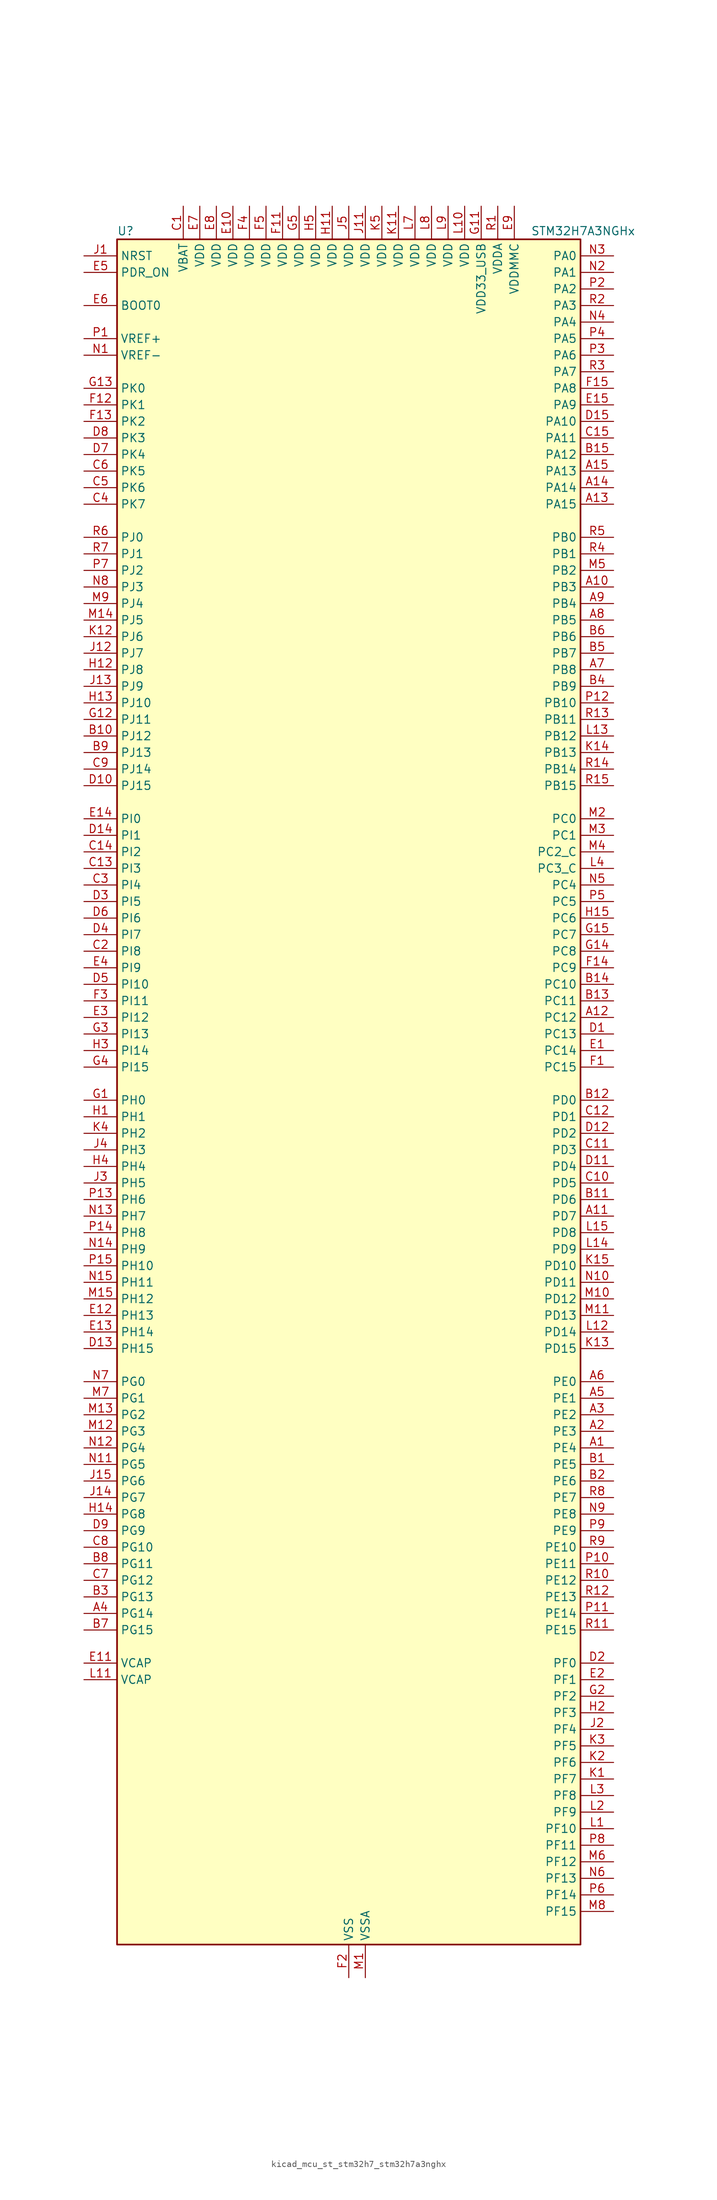
<source format=kicad_sym>
(kicad_symbol_lib
  (version 20220914)
  (generator kicad_symbol_editor)
  (symbol "kicad_mcu_st_stm32h7_stm32h7a3nghx"
    (property "Reference" "U"
      (at -35.56 133.35 0)
      (effects (font (size 1.27 1.27)) (justify left)))
    (property "Value" "STM32H7A3NGHx"
      (at 27.94 133.35 0)
      (effects (font (size 1.27 1.27)) (justify left)))
    (property "ki_locked" ""
      (at 0 0 0)
      (effects (font (size 1.27 1.27))))
    (symbol "kicad_mcu_st_stm32h7_stm32h7a3nghx_0_1"
      (rectangle (start -35.56 -129.54) (end 35.56 132.08) (stroke (width 0.254) (type default)) (fill (type background))))
    (symbol "kicad_mcu_st_stm32h7_stm32h7a3nghx_1_1"
      (pin bidirectional line (at 40.64 -53.34 180) (length 5.08) (name "PE4" (effects (font (size 1.27 1.27)))) (number "A1" (effects (font (size 1.27 1.27)))) (alternate "DCMI_D4" bidirectional line) (alternate "DEBUG_TRACED1" bidirectional line) (alternate "DFSDM1_DATIN3" bidirectional line) (alternate "FMC_A20" bidirectional line) (alternate "LTDC_B0" bidirectional line) (alternate "PSSI_D4" bidirectional line) (alternate "SAI1_D2" bidirectional line) (alternate "SAI1_FS_A" bidirectional line) (alternate "SPI4_NSS" bidirectional line) (alternate "TIM15_CH1N" bidirectional line))
      (pin bidirectional line (at 40.64 78.74 180) (length 5.08) (name "PB3" (effects (font (size 1.27 1.27)))) (number "A10" (effects (font (size 1.27 1.27)))) (alternate "CRS_SYNC" bidirectional line) (alternate "DEBUG_JTDO-SWO" bidirectional line) (alternate "I2S1_CK" bidirectional line) (alternate "I2S3_CK" bidirectional line) (alternate "I2S6_CK" bidirectional line) (alternate "SDMMC2_D2" bidirectional line) (alternate "SPI1_SCK" bidirectional line) (alternate "SPI3_SCK" bidirectional line) (alternate "SPI6_SCK" bidirectional line) (alternate "TIM2_CH2" bidirectional line) (alternate "UART7_RX" bidirectional line))
      (pin bidirectional line (at 40.64 -17.78 180) (length 5.08) (name "PD7" (effects (font (size 1.27 1.27)))) (number "A11" (effects (font (size 1.27 1.27)))) (alternate "DFSDM1_CKIN1" bidirectional line) (alternate "DFSDM1_DATIN4" bidirectional line) (alternate "FMC_NE1" bidirectional line) (alternate "I2S1_SDO" bidirectional line) (alternate "OCTOSPIM_P1_IO7" bidirectional line) (alternate "SDMMC2_CMD" bidirectional line) (alternate "SPDIFRX_IN0" bidirectional line) (alternate "SPI1_MOSI" bidirectional line) (alternate "USART2_CK" bidirectional line))
      (pin bidirectional line (at 40.64 12.7 180) (length 5.08) (name "PC12" (effects (font (size 1.27 1.27)))) (number "A12" (effects (font (size 1.27 1.27)))) (alternate "DCMI_D9" bidirectional line) (alternate "DEBUG_TRACED3" bidirectional line) (alternate "DFSDM2_CKOUT" bidirectional line) (alternate "I2S3_SDO" bidirectional line) (alternate "I2S6_CK" bidirectional line) (alternate "LTDC_R6" bidirectional line) (alternate "PSSI_D9" bidirectional line) (alternate "SDMMC1_CK" bidirectional line) (alternate "SPI3_MOSI" bidirectional line) (alternate "SPI6_SCK" bidirectional line) (alternate "TIM15_CH1" bidirectional line) (alternate "UART5_TX" bidirectional line) (alternate "USART3_CK" bidirectional line))
      (pin bidirectional line (at 40.64 91.44 180) (length 5.08) (name "PA15" (effects (font (size 1.27 1.27)))) (number "A13" (effects (font (size 1.27 1.27)))) (alternate "ADC1_EXTI15" bidirectional line) (alternate "ADC2_EXTI15" bidirectional line) (alternate "CEC" bidirectional line) (alternate "DEBUG_JTDI" bidirectional line) (alternate "I2S1_WS" bidirectional line) (alternate "I2S3_WS" bidirectional line) (alternate "I2S6_WS" bidirectional line) (alternate "LTDC_B6" bidirectional line) (alternate "LTDC_R3" bidirectional line) (alternate "SPI1_NSS" bidirectional line) (alternate "SPI3_NSS" bidirectional line) (alternate "SPI6_NSS" bidirectional line) (alternate "TIM2_CH1" bidirectional line) (alternate "TIM2_ETR" bidirectional line) (alternate "UART4_DE" bidirectional line) (alternate "UART4_RTS" bidirectional line) (alternate "UART7_TX" bidirectional line))
      (pin bidirectional line (at 40.64 93.98 180) (length 5.08) (name "PA14" (effects (font (size 1.27 1.27)))) (number "A14" (effects (font (size 1.27 1.27)))) (alternate "DEBUG_JTCK-SWCLK" bidirectional line))
      (pin bidirectional line (at 40.64 96.52 180) (length 5.08) (name "PA13" (effects (font (size 1.27 1.27)))) (number "A15" (effects (font (size 1.27 1.27)))) (alternate "DEBUG_JTMS-SWDIO" bidirectional line))
      (pin bidirectional line (at 40.64 -50.8 180) (length 5.08) (name "PE3" (effects (font (size 1.27 1.27)))) (number "A2" (effects (font (size 1.27 1.27)))) (alternate "DEBUG_TRACED0" bidirectional line) (alternate "FMC_A19" bidirectional line) (alternate "SAI1_SD_B" bidirectional line) (alternate "TIM15_BKIN" bidirectional line) (alternate "USART10_TX" bidirectional line))
      (pin bidirectional line (at 40.64 -48.26 180) (length 5.08) (name "PE2" (effects (font (size 1.27 1.27)))) (number "A3" (effects (font (size 1.27 1.27)))) (alternate "DEBUG_TRACECLK" bidirectional line) (alternate "FMC_A23" bidirectional line) (alternate "OCTOSPIM_P1_IO2" bidirectional line) (alternate "SAI1_CK1" bidirectional line) (alternate "SAI1_MCLK_A" bidirectional line) (alternate "SPI4_SCK" bidirectional line) (alternate "USART10_RX" bidirectional line))
      (pin bidirectional line (at -40.64 -78.74 0) (length 5.08) (name "PG14" (effects (font (size 1.27 1.27)))) (number "A4" (effects (font (size 1.27 1.27)))) (alternate "DEBUG_TRACED1" bidirectional line) (alternate "FMC_A25" bidirectional line) (alternate "I2S6_SDO" bidirectional line) (alternate "LPTIM1_ETR" bidirectional line) (alternate "LTDC_B0" bidirectional line) (alternate "OCTOSPIM_P1_IO7" bidirectional line) (alternate "SDMMC2_D7" bidirectional line) (alternate "SPI6_MOSI" bidirectional line) (alternate "USART10_DE" bidirectional line) (alternate "USART10_RTS" bidirectional line) (alternate "USART6_TX" bidirectional line))
      (pin bidirectional line (at 40.64 -45.72 180) (length 5.08) (name "PE1" (effects (font (size 1.27 1.27)))) (number "A5" (effects (font (size 1.27 1.27)))) (alternate "DCMI_D3" bidirectional line) (alternate "FMC_NBL1" bidirectional line) (alternate "LPTIM1_IN2" bidirectional line) (alternate "LTDC_R6" bidirectional line) (alternate "PSSI_D3" bidirectional line) (alternate "UART8_TX" bidirectional line))
      (pin bidirectional line (at 40.64 -43.18 180) (length 5.08) (name "PE0" (effects (font (size 1.27 1.27)))) (number "A6" (effects (font (size 1.27 1.27)))) (alternate "DCMI_D2" bidirectional line) (alternate "FMC_NBL0" bidirectional line) (alternate "LPTIM1_ETR" bidirectional line) (alternate "LPTIM2_ETR" bidirectional line) (alternate "LTDC_R0" bidirectional line) (alternate "PSSI_D2" bidirectional line) (alternate "SAI2_MCLK_A" bidirectional line) (alternate "TIM4_ETR" bidirectional line) (alternate "UART8_RX" bidirectional line))
      (pin bidirectional line (at 40.64 66.04 180) (length 5.08) (name "PB8" (effects (font (size 1.27 1.27)))) (number "A7" (effects (font (size 1.27 1.27)))) (alternate "DCMI_D6" bidirectional line) (alternate "DFSDM1_CKIN7" bidirectional line) (alternate "FDCAN1_RX" bidirectional line) (alternate "I2C1_SCL" bidirectional line) (alternate "I2C4_SCL" bidirectional line) (alternate "LTDC_B6" bidirectional line) (alternate "PSSI_D6" bidirectional line) (alternate "SDMMC1_CKIN" bidirectional line) (alternate "SDMMC1_D4" bidirectional line) (alternate "SDMMC2_D4" bidirectional line) (alternate "TIM16_CH1" bidirectional line) (alternate "TIM4_CH3" bidirectional line) (alternate "UART4_RX" bidirectional line))
      (pin bidirectional line (at 40.64 73.66 180) (length 5.08) (name "PB5" (effects (font (size 1.27 1.27)))) (number "A8" (effects (font (size 1.27 1.27)))) (alternate "DCMI_D10" bidirectional line) (alternate "FDCAN2_RX" bidirectional line) (alternate "FMC_SDCKE1" bidirectional line) (alternate "I2C1_SMBA" bidirectional line) (alternate "I2C4_SMBA" bidirectional line) (alternate "I2S1_SDO" bidirectional line) (alternate "I2S3_SDO" bidirectional line) (alternate "I2S6_SDO" bidirectional line) (alternate "LTDC_B5" bidirectional line) (alternate "PSSI_D10" bidirectional line) (alternate "SPI1_MOSI" bidirectional line) (alternate "SPI3_MOSI" bidirectional line) (alternate "SPI6_MOSI" bidirectional line) (alternate "TIM17_BKIN" bidirectional line) (alternate "TIM3_CH2" bidirectional line) (alternate "UART5_RX" bidirectional line) (alternate "USB_OTG_HS_ULPI_D7" bidirectional line))
      (pin bidirectional line (at 40.64 76.2 180) (length 5.08) (name "PB4" (effects (font (size 1.27 1.27)))) (number "A9" (effects (font (size 1.27 1.27)))) (alternate "DEBUG_JTRST" bidirectional line) (alternate "I2S1_SDI" bidirectional line) (alternate "I2S2_WS" bidirectional line) (alternate "I2S3_SDI" bidirectional line) (alternate "I2S6_SDI" bidirectional line) (alternate "SDMMC2_D3" bidirectional line) (alternate "SPI1_MISO" bidirectional line) (alternate "SPI2_NSS" bidirectional line) (alternate "SPI3_MISO" bidirectional line) (alternate "SPI6_MISO" bidirectional line) (alternate "TIM16_BKIN" bidirectional line) (alternate "TIM3_CH1" bidirectional line) (alternate "UART7_TX" bidirectional line))
      (pin bidirectional line (at 40.64 -55.88 180) (length 5.08) (name "PE5" (effects (font (size 1.27 1.27)))) (number "B1" (effects (font (size 1.27 1.27)))) (alternate "DCMI_D6" bidirectional line) (alternate "DEBUG_TRACED2" bidirectional line) (alternate "DFSDM1_CKIN3" bidirectional line) (alternate "FMC_A21" bidirectional line) (alternate "LTDC_G0" bidirectional line) (alternate "PSSI_D6" bidirectional line) (alternate "SAI1_CK2" bidirectional line) (alternate "SAI1_SCK_A" bidirectional line) (alternate "SPI4_MISO" bidirectional line) (alternate "TIM15_CH1" bidirectional line))
      (pin bidirectional line (at -40.64 55.88 0) (length 5.08) (name "PJ12" (effects (font (size 1.27 1.27)))) (number "B10" (effects (font (size 1.27 1.27)))) (alternate "DEBUG_TRGOUT" bidirectional line) (alternate "LTDC_B0" bidirectional line) (alternate "LTDC_G3" bidirectional line))
      (pin bidirectional line (at 40.64 -15.24 180) (length 5.08) (name "PD6" (effects (font (size 1.27 1.27)))) (number "B11" (effects (font (size 1.27 1.27)))) (alternate "DCMI_D10" bidirectional line) (alternate "DFSDM1_CKIN4" bidirectional line) (alternate "DFSDM1_DATIN1" bidirectional line) (alternate "FMC_NWAIT" bidirectional line) (alternate "I2S3_SDO" bidirectional line) (alternate "LTDC_B2" bidirectional line) (alternate "OCTOSPIM_P1_IO6" bidirectional line) (alternate "PSSI_D10" bidirectional line) (alternate "SAI1_D1" bidirectional line) (alternate "SAI1_SD_A" bidirectional line) (alternate "SDMMC2_CK" bidirectional line) (alternate "SPI3_MOSI" bidirectional line) (alternate "USART2_RX" bidirectional line))
      (pin bidirectional line (at 40.64 0 180) (length 5.08) (name "PD0" (effects (font (size 1.27 1.27)))) (number "B12" (effects (font (size 1.27 1.27)))) (alternate "DFSDM1_CKIN6" bidirectional line) (alternate "FDCAN1_RX" bidirectional line) (alternate "FMC_D2" bidirectional line) (alternate "FMC_DA2" bidirectional line) (alternate "LTDC_B1" bidirectional line) (alternate "UART4_RX" bidirectional line) (alternate "UART9_CTS" bidirectional line))
      (pin bidirectional line (at 40.64 15.24 180) (length 5.08) (name "PC11" (effects (font (size 1.27 1.27)))) (number "B13" (effects (font (size 1.27 1.27)))) (alternate "ADC1_EXTI11" bidirectional line) (alternate "ADC2_EXTI11" bidirectional line) (alternate "DCMI_D4" bidirectional line) (alternate "DFSDM1_DATIN5" bidirectional line) (alternate "DFSDM2_DATIN0" bidirectional line) (alternate "I2S3_SDI" bidirectional line) (alternate "LTDC_B4" bidirectional line) (alternate "OCTOSPIM_P1_NCS" bidirectional line) (alternate "PSSI_D4" bidirectional line) (alternate "SDMMC1_D3" bidirectional line) (alternate "SPI3_MISO" bidirectional line) (alternate "UART4_RX" bidirectional line) (alternate "USART3_RX" bidirectional line))
      (pin bidirectional line (at 40.64 17.78 180) (length 5.08) (name "PC10" (effects (font (size 1.27 1.27)))) (number "B14" (effects (font (size 1.27 1.27)))) (alternate "DCMI_D8" bidirectional line) (alternate "DFSDM1_CKIN5" bidirectional line) (alternate "DFSDM2_CKIN0" bidirectional line) (alternate "I2S3_CK" bidirectional line) (alternate "LTDC_B1" bidirectional line) (alternate "LTDC_R2" bidirectional line) (alternate "OCTOSPIM_P1_IO1" bidirectional line) (alternate "PSSI_D8" bidirectional line) (alternate "SDMMC1_D2" bidirectional line) (alternate "SPI3_SCK" bidirectional line) (alternate "SWPMI1_RX" bidirectional line) (alternate "UART4_TX" bidirectional line) (alternate "USART3_TX" bidirectional line))
      (pin bidirectional line (at 40.64 99.06 180) (length 5.08) (name "PA12" (effects (font (size 1.27 1.27)))) (number "B15" (effects (font (size 1.27 1.27)))) (alternate "FDCAN1_TX" bidirectional line) (alternate "I2S2_CK" bidirectional line) (alternate "LPUART1_DE" bidirectional line) (alternate "LPUART1_RTS" bidirectional line) (alternate "LTDC_R5" bidirectional line) (alternate "SAI2_FS_B" bidirectional line) (alternate "SPI2_SCK" bidirectional line) (alternate "TIM1_ETR" bidirectional line) (alternate "UART4_TX" bidirectional line) (alternate "USART1_DE" bidirectional line) (alternate "USART1_RTS" bidirectional line) (alternate "USB_OTG_HS_DP" bidirectional line))
      (pin bidirectional line (at 40.64 -58.42 180) (length 5.08) (name "PE6" (effects (font (size 1.27 1.27)))) (number "B2" (effects (font (size 1.27 1.27)))) (alternate "DCMI_D7" bidirectional line) (alternate "DEBUG_TRACED3" bidirectional line) (alternate "FMC_A22" bidirectional line) (alternate "LTDC_G1" bidirectional line) (alternate "PSSI_D7" bidirectional line) (alternate "SAI1_D1" bidirectional line) (alternate "SAI1_SD_A" bidirectional line) (alternate "SAI2_MCLK_B" bidirectional line) (alternate "SPI4_MOSI" bidirectional line) (alternate "TIM15_CH2" bidirectional line) (alternate "TIM1_BKIN2" bidirectional line) (alternate "TIM1_BKIN2_COMP1" bidirectional line) (alternate "TIM1_BKIN2_COMP2" bidirectional line))
      (pin bidirectional line (at -40.64 -76.2 0) (length 5.08) (name "PG13" (effects (font (size 1.27 1.27)))) (number "B3" (effects (font (size 1.27 1.27)))) (alternate "DEBUG_TRACED0" bidirectional line) (alternate "FMC_A24" bidirectional line) (alternate "I2S6_CK" bidirectional line) (alternate "LPTIM1_OUT" bidirectional line) (alternate "LTDC_R0" bidirectional line) (alternate "SDMMC2_D6" bidirectional line) (alternate "SPI6_SCK" bidirectional line) (alternate "USART10_CTS" bidirectional line) (alternate "USART10_NSS" bidirectional line) (alternate "USART6_CTS" bidirectional line) (alternate "USART6_NSS" bidirectional line))
      (pin bidirectional line (at 40.64 63.5 180) (length 5.08) (name "PB9" (effects (font (size 1.27 1.27)))) (number "B4" (effects (font (size 1.27 1.27)))) (alternate "DAC1_EXTI9" bidirectional line) (alternate "DCMI_D7" bidirectional line) (alternate "DFSDM1_DATIN7" bidirectional line) (alternate "FDCAN1_TX" bidirectional line) (alternate "I2C1_SDA" bidirectional line) (alternate "I2C4_SDA" bidirectional line) (alternate "I2C4_SMBA" bidirectional line) (alternate "I2S2_WS" bidirectional line) (alternate "LTDC_B7" bidirectional line) (alternate "PSSI_D7" bidirectional line) (alternate "SDMMC1_CDIR" bidirectional line) (alternate "SDMMC1_D5" bidirectional line) (alternate "SDMMC2_D5" bidirectional line) (alternate "SPI2_NSS" bidirectional line) (alternate "TIM17_CH1" bidirectional line) (alternate "TIM4_CH4" bidirectional line) (alternate "UART4_TX" bidirectional line))
      (pin bidirectional line (at 40.64 68.58 180) (length 5.08) (name "PB7" (effects (font (size 1.27 1.27)))) (number "B5" (effects (font (size 1.27 1.27)))) (alternate "DCMI_VSYNC" bidirectional line) (alternate "DFSDM1_CKIN5" bidirectional line) (alternate "FMC_NL" bidirectional line) (alternate "I2C1_SDA" bidirectional line) (alternate "I2C4_SDA" bidirectional line) (alternate "LPUART1_RX" bidirectional line) (alternate "PSSI_RDY" bidirectional line) (alternate "PWR_PVD_IN" bidirectional line) (alternate "TIM17_CH1N" bidirectional line) (alternate "TIM4_CH2" bidirectional line) (alternate "USART1_RX" bidirectional line))
      (pin bidirectional line (at 40.64 71.12 180) (length 5.08) (name "PB6" (effects (font (size 1.27 1.27)))) (number "B6" (effects (font (size 1.27 1.27)))) (alternate "CEC" bidirectional line) (alternate "DCMI_D5" bidirectional line) (alternate "DFSDM1_DATIN5" bidirectional line) (alternate "FDCAN2_TX" bidirectional line) (alternate "FMC_SDNE1" bidirectional line) (alternate "I2C1_SCL" bidirectional line) (alternate "I2C4_SCL" bidirectional line) (alternate "LPUART1_TX" bidirectional line) (alternate "OCTOSPIM_P1_NCS" bidirectional line) (alternate "PSSI_D5" bidirectional line) (alternate "TIM16_CH1N" bidirectional line) (alternate "TIM4_CH1" bidirectional line) (alternate "UART5_TX" bidirectional line) (alternate "USART1_TX" bidirectional line))
      (pin bidirectional line (at -40.64 -81.28 0) (length 5.08) (name "PG15" (effects (font (size 1.27 1.27)))) (number "B7" (effects (font (size 1.27 1.27)))) (alternate "ADC1_EXTI15" bidirectional line) (alternate "ADC2_EXTI15" bidirectional line) (alternate "DCMI_D13" bidirectional line) (alternate "FMC_SDNCAS" bidirectional line) (alternate "OCTOSPIM_P2_DQS" bidirectional line) (alternate "PSSI_D13" bidirectional line) (alternate "USART10_CK" bidirectional line) (alternate "USART6_CTS" bidirectional line) (alternate "USART6_NSS" bidirectional line))
      (pin bidirectional line (at -40.64 -71.12 0) (length 5.08) (name "PG11" (effects (font (size 1.27 1.27)))) (number "B8" (effects (font (size 1.27 1.27)))) (alternate "ADC1_EXTI11" bidirectional line) (alternate "ADC2_EXTI11" bidirectional line) (alternate "DCMI_D3" bidirectional line) (alternate "I2S1_CK" bidirectional line) (alternate "LPTIM1_IN2" bidirectional line) (alternate "LTDC_B3" bidirectional line) (alternate "OCTOSPIM_P2_IO7" bidirectional line) (alternate "PSSI_D3" bidirectional line) (alternate "SDMMC2_D2" bidirectional line) (alternate "SPDIFRX_IN0" bidirectional line) (alternate "SPI1_SCK" bidirectional line) (alternate "USART10_RX" bidirectional line))
      (pin bidirectional line (at -40.64 53.34 0) (length 5.08) (name "PJ13" (effects (font (size 1.27 1.27)))) (number "B9" (effects (font (size 1.27 1.27)))) (alternate "LTDC_B1" bidirectional line) (alternate "LTDC_B4" bidirectional line))
      (pin power_in line (at -25.4 137.16 270) (length 5.08) (name "VBAT" (effects (font (size 1.27 1.27)))) (number "C1" (effects (font (size 1.27 1.27)))))
      (pin bidirectional line (at 40.64 -12.7 180) (length 5.08) (name "PD5" (effects (font (size 1.27 1.27)))) (number "C10" (effects (font (size 1.27 1.27)))) (alternate "FMC_NWE" bidirectional line) (alternate "OCTOSPIM_P1_IO5" bidirectional line) (alternate "USART2_TX" bidirectional line))
      (pin bidirectional line (at 40.64 -7.62 180) (length 5.08) (name "PD3" (effects (font (size 1.27 1.27)))) (number "C11" (effects (font (size 1.27 1.27)))) (alternate "DCMI_D5" bidirectional line) (alternate "DFSDM1_CKOUT" bidirectional line) (alternate "FMC_CLK" bidirectional line) (alternate "I2S2_CK" bidirectional line) (alternate "LTDC_G7" bidirectional line) (alternate "PSSI_D5" bidirectional line) (alternate "SPI2_SCK" bidirectional line) (alternate "USART2_CTS" bidirectional line) (alternate "USART2_NSS" bidirectional line))
      (pin bidirectional line (at 40.64 -2.54 180) (length 5.08) (name "PD1" (effects (font (size 1.27 1.27)))) (number "C12" (effects (font (size 1.27 1.27)))) (alternate "DFSDM1_DATIN6" bidirectional line) (alternate "FDCAN1_TX" bidirectional line) (alternate "FMC_D3" bidirectional line) (alternate "FMC_DA3" bidirectional line) (alternate "UART4_TX" bidirectional line))
      (pin bidirectional line (at -40.64 35.56 0) (length 5.08) (name "PI3" (effects (font (size 1.27 1.27)))) (number "C13" (effects (font (size 1.27 1.27)))) (alternate "DCMI_D10" bidirectional line) (alternate "FMC_D27" bidirectional line) (alternate "I2S2_SDO" bidirectional line) (alternate "PSSI_D10" bidirectional line) (alternate "SPI2_MOSI" bidirectional line) (alternate "TIM8_ETR" bidirectional line))
      (pin bidirectional line (at -40.64 38.1 0) (length 5.08) (name "PI2" (effects (font (size 1.27 1.27)))) (number "C14" (effects (font (size 1.27 1.27)))) (alternate "DCMI_D9" bidirectional line) (alternate "FMC_D26" bidirectional line) (alternate "I2S2_SDI" bidirectional line) (alternate "LTDC_G7" bidirectional line) (alternate "PSSI_D9" bidirectional line) (alternate "SPI2_MISO" bidirectional line) (alternate "TIM8_CH4" bidirectional line))
      (pin bidirectional line (at 40.64 101.6 180) (length 5.08) (name "PA11" (effects (font (size 1.27 1.27)))) (number "C15" (effects (font (size 1.27 1.27)))) (alternate "ADC1_EXTI11" bidirectional line) (alternate "ADC2_EXTI11" bidirectional line) (alternate "FDCAN1_RX" bidirectional line) (alternate "I2S2_WS" bidirectional line) (alternate "LPUART1_CTS" bidirectional line) (alternate "LTDC_R4" bidirectional line) (alternate "SPI2_NSS" bidirectional line) (alternate "TIM1_CH4" bidirectional line) (alternate "UART4_RX" bidirectional line) (alternate "USART1_CTS" bidirectional line) (alternate "USART1_NSS" bidirectional line) (alternate "USB_OTG_HS_DM" bidirectional line))
      (pin bidirectional line (at -40.64 22.86 0) (length 5.08) (name "PI8" (effects (font (size 1.27 1.27)))) (number "C2" (effects (font (size 1.27 1.27)))) (alternate "PWR_WKUP3" bidirectional line) (alternate "RTC_OUT_ALARM" bidirectional line) (alternate "RTC_TAMP2" bidirectional line))
      (pin bidirectional line (at -40.64 33.02 0) (length 5.08) (name "PI4" (effects (font (size 1.27 1.27)))) (number "C3" (effects (font (size 1.27 1.27)))) (alternate "DCMI_D5" bidirectional line) (alternate "FMC_NBL2" bidirectional line) (alternate "LTDC_B4" bidirectional line) (alternate "PSSI_D5" bidirectional line) (alternate "SAI2_MCLK_A" bidirectional line) (alternate "TIM8_BKIN" bidirectional line) (alternate "TIM8_BKIN_COMP1" bidirectional line) (alternate "TIM8_BKIN_COMP2" bidirectional line))
      (pin bidirectional line (at -40.64 91.44 0) (length 5.08) (name "PK7" (effects (font (size 1.27 1.27)))) (number "C4" (effects (font (size 1.27 1.27)))) (alternate "LTDC_DE" bidirectional line))
      (pin bidirectional line (at -40.64 93.98 0) (length 5.08) (name "PK6" (effects (font (size 1.27 1.27)))) (number "C5" (effects (font (size 1.27 1.27)))) (alternate "LTDC_B7" bidirectional line) (alternate "OCTOSPIM_P2_DQS" bidirectional line))
      (pin bidirectional line (at -40.64 96.52 0) (length 5.08) (name "PK5" (effects (font (size 1.27 1.27)))) (number "C6" (effects (font (size 1.27 1.27)))) (alternate "LTDC_B6" bidirectional line) (alternate "OCTOSPIM_P2_NCS" bidirectional line))
      (pin bidirectional line (at -40.64 -73.66 0) (length 5.08) (name "PG12" (effects (font (size 1.27 1.27)))) (number "C7" (effects (font (size 1.27 1.27)))) (alternate "FMC_NE4" bidirectional line) (alternate "I2S6_SDI" bidirectional line) (alternate "LPTIM1_IN1" bidirectional line) (alternate "LTDC_B1" bidirectional line) (alternate "LTDC_B4" bidirectional line) (alternate "OCTOSPIM_P2_NCS" bidirectional line) (alternate "SDMMC2_D3" bidirectional line) (alternate "SPDIFRX_IN1" bidirectional line) (alternate "SPI6_MISO" bidirectional line) (alternate "USART10_TX" bidirectional line) (alternate "USART6_DE" bidirectional line) (alternate "USART6_RTS" bidirectional line))
      (pin bidirectional line (at -40.64 -68.58 0) (length 5.08) (name "PG10" (effects (font (size 1.27 1.27)))) (number "C8" (effects (font (size 1.27 1.27)))) (alternate "DCMI_D2" bidirectional line) (alternate "FMC_NE3" bidirectional line) (alternate "I2S1_WS" bidirectional line) (alternate "LTDC_B2" bidirectional line) (alternate "LTDC_G3" bidirectional line) (alternate "OCTOSPIM_P2_IO6" bidirectional line) (alternate "PSSI_D2" bidirectional line) (alternate "SAI2_SD_B" bidirectional line) (alternate "SDMMC2_D1" bidirectional line) (alternate "SPI1_NSS" bidirectional line))
      (pin bidirectional line (at -40.64 50.8 0) (length 5.08) (name "PJ14" (effects (font (size 1.27 1.27)))) (number "C9" (effects (font (size 1.27 1.27)))) (alternate "LTDC_B2" bidirectional line))
      (pin bidirectional line (at 40.64 10.16 180) (length 5.08) (name "PC13" (effects (font (size 1.27 1.27)))) (number "D1" (effects (font (size 1.27 1.27)))) (alternate "PWR_WKUP4" bidirectional line) (alternate "RTC_OUT_ALARM" bidirectional line) (alternate "RTC_OUT_CALIB" bidirectional line) (alternate "RTC_TAMP1" bidirectional line) (alternate "RTC_TS" bidirectional line))
      (pin bidirectional line (at -40.64 48.26 0) (length 5.08) (name "PJ15" (effects (font (size 1.27 1.27)))) (number "D10" (effects (font (size 1.27 1.27)))) (alternate "ADC1_EXTI15" bidirectional line) (alternate "ADC2_EXTI15" bidirectional line) (alternate "LTDC_B3" bidirectional line))
      (pin bidirectional line (at 40.64 -10.16 180) (length 5.08) (name "PD4" (effects (font (size 1.27 1.27)))) (number "D11" (effects (font (size 1.27 1.27)))) (alternate "FMC_NOE" bidirectional line) (alternate "OCTOSPIM_P1_IO4" bidirectional line) (alternate "USART2_DE" bidirectional line) (alternate "USART2_RTS" bidirectional line))
      (pin bidirectional line (at 40.64 -5.08 180) (length 5.08) (name "PD2" (effects (font (size 1.27 1.27)))) (number "D12" (effects (font (size 1.27 1.27)))) (alternate "DCMI_D11" bidirectional line) (alternate "DEBUG_TRACED2" bidirectional line) (alternate "LTDC_B2" bidirectional line) (alternate "LTDC_B7" bidirectional line) (alternate "PSSI_D11" bidirectional line) (alternate "SDMMC1_CMD" bidirectional line) (alternate "TIM15_BKIN" bidirectional line) (alternate "TIM3_ETR" bidirectional line) (alternate "UART5_RX" bidirectional line))
      (pin bidirectional line (at -40.64 -38.1 0) (length 5.08) (name "PH15" (effects (font (size 1.27 1.27)))) (number "D13" (effects (font (size 1.27 1.27)))) (alternate "ADC1_EXTI15" bidirectional line) (alternate "ADC2_EXTI15" bidirectional line) (alternate "DCMI_D11" bidirectional line) (alternate "FMC_D23" bidirectional line) (alternate "LTDC_G4" bidirectional line) (alternate "PSSI_D11" bidirectional line) (alternate "TIM8_CH3N" bidirectional line))
      (pin bidirectional line (at -40.64 40.64 0) (length 5.08) (name "PI1" (effects (font (size 1.27 1.27)))) (number "D14" (effects (font (size 1.27 1.27)))) (alternate "DCMI_D8" bidirectional line) (alternate "FMC_D25" bidirectional line) (alternate "I2S2_CK" bidirectional line) (alternate "LTDC_G6" bidirectional line) (alternate "PSSI_D8" bidirectional line) (alternate "SPI2_SCK" bidirectional line) (alternate "TIM8_BKIN2" bidirectional line) (alternate "TIM8_BKIN2_COMP1" bidirectional line) (alternate "TIM8_BKIN2_COMP2" bidirectional line))
      (pin bidirectional line (at 40.64 104.14 180) (length 5.08) (name "PA10" (effects (font (size 1.27 1.27)))) (number "D15" (effects (font (size 1.27 1.27)))) (alternate "DCMI_D1" bidirectional line) (alternate "LPUART1_RX" bidirectional line) (alternate "LTDC_B1" bidirectional line) (alternate "LTDC_B4" bidirectional line) (alternate "MDIOS_MDIO" bidirectional line) (alternate "PSSI_D1" bidirectional line) (alternate "TIM1_CH3" bidirectional line) (alternate "USART1_RX" bidirectional line) (alternate "USB_OTG_HS_ID" bidirectional line))
      (pin bidirectional line (at 40.64 -86.36 180) (length 5.08) (name "PF0" (effects (font (size 1.27 1.27)))) (number "D2" (effects (font (size 1.27 1.27)))) (alternate "FMC_A0" bidirectional line) (alternate "I2C2_SDA" bidirectional line) (alternate "OCTOSPIM_P2_IO0" bidirectional line))
      (pin bidirectional line (at -40.64 30.48 0) (length 5.08) (name "PI5" (effects (font (size 1.27 1.27)))) (number "D3" (effects (font (size 1.27 1.27)))) (alternate "DCMI_VSYNC" bidirectional line) (alternate "FMC_NBL3" bidirectional line) (alternate "LTDC_B5" bidirectional line) (alternate "PSSI_RDY" bidirectional line) (alternate "SAI2_SCK_A" bidirectional line) (alternate "TIM8_CH1" bidirectional line))
      (pin bidirectional line (at -40.64 25.4 0) (length 5.08) (name "PI7" (effects (font (size 1.27 1.27)))) (number "D4" (effects (font (size 1.27 1.27)))) (alternate "DCMI_D7" bidirectional line) (alternate "FMC_D29" bidirectional line) (alternate "LTDC_B7" bidirectional line) (alternate "PSSI_D7" bidirectional line) (alternate "SAI2_FS_A" bidirectional line) (alternate "TIM8_CH3" bidirectional line))
      (pin bidirectional line (at -40.64 17.78 0) (length 5.08) (name "PI10" (effects (font (size 1.27 1.27)))) (number "D5" (effects (font (size 1.27 1.27)))) (alternate "FMC_D31" bidirectional line) (alternate "LTDC_HSYNC" bidirectional line) (alternate "OCTOSPIM_P2_IO1" bidirectional line) (alternate "PSSI_D14" bidirectional line))
      (pin bidirectional line (at -40.64 27.94 0) (length 5.08) (name "PI6" (effects (font (size 1.27 1.27)))) (number "D6" (effects (font (size 1.27 1.27)))) (alternate "DCMI_D6" bidirectional line) (alternate "FMC_D28" bidirectional line) (alternate "LTDC_B6" bidirectional line) (alternate "PSSI_D6" bidirectional line) (alternate "SAI2_SD_A" bidirectional line) (alternate "TIM8_CH2" bidirectional line))
      (pin bidirectional line (at -40.64 99.06 0) (length 5.08) (name "PK4" (effects (font (size 1.27 1.27)))) (number "D7" (effects (font (size 1.27 1.27)))) (alternate "LTDC_B5" bidirectional line) (alternate "OCTOSPIM_P2_IO7" bidirectional line))
      (pin bidirectional line (at -40.64 101.6 0) (length 5.08) (name "PK3" (effects (font (size 1.27 1.27)))) (number "D8" (effects (font (size 1.27 1.27)))) (alternate "LTDC_B4" bidirectional line) (alternate "OCTOSPIM_P2_IO6" bidirectional line))
      (pin bidirectional line (at -40.64 -66.04 0) (length 5.08) (name "PG9" (effects (font (size 1.27 1.27)))) (number "D9" (effects (font (size 1.27 1.27)))) (alternate "DAC1_EXTI9" bidirectional line) (alternate "DCMI_VSYNC" bidirectional line) (alternate "FMC_NCE" bidirectional line) (alternate "FMC_NE2" bidirectional line) (alternate "I2S1_SDI" bidirectional line) (alternate "OCTOSPIM_P1_IO6" bidirectional line) (alternate "PSSI_RDY" bidirectional line) (alternate "SAI2_FS_B" bidirectional line) (alternate "SDMMC2_D0" bidirectional line) (alternate "SPDIFRX_IN3" bidirectional line) (alternate "SPI1_MISO" bidirectional line) (alternate "USART6_RX" bidirectional line))
      (pin bidirectional line (at 40.64 7.62 180) (length 5.08) (name "PC14" (effects (font (size 1.27 1.27)))) (number "E1" (effects (font (size 1.27 1.27)))) (alternate "RCC_OSC32_IN" bidirectional line))
      (pin power_in line (at -17.78 137.16 270) (length 5.08) (name "VDD" (effects (font (size 1.27 1.27)))) (number "E10" (effects (font (size 1.27 1.27)))))
      (pin power_out line (at -40.64 -86.36 0) (length 5.08) (name "VCAP" (effects (font (size 1.27 1.27)))) (number "E11" (effects (font (size 1.27 1.27)))))
      (pin bidirectional line (at -40.64 -33.02 0) (length 5.08) (name "PH13" (effects (font (size 1.27 1.27)))) (number "E12" (effects (font (size 1.27 1.27)))) (alternate "FDCAN1_TX" bidirectional line) (alternate "FMC_D21" bidirectional line) (alternate "LTDC_G2" bidirectional line) (alternate "TIM8_CH1N" bidirectional line) (alternate "UART4_TX" bidirectional line))
      (pin bidirectional line (at -40.64 -35.56 0) (length 5.08) (name "PH14" (effects (font (size 1.27 1.27)))) (number "E13" (effects (font (size 1.27 1.27)))) (alternate "DCMI_D4" bidirectional line) (alternate "FDCAN1_RX" bidirectional line) (alternate "FMC_D22" bidirectional line) (alternate "LTDC_G3" bidirectional line) (alternate "PSSI_D4" bidirectional line) (alternate "TIM8_CH2N" bidirectional line) (alternate "UART4_RX" bidirectional line))
      (pin bidirectional line (at -40.64 43.18 0) (length 5.08) (name "PI0" (effects (font (size 1.27 1.27)))) (number "E14" (effects (font (size 1.27 1.27)))) (alternate "DCMI_D13" bidirectional line) (alternate "FMC_D24" bidirectional line) (alternate "I2S2_WS" bidirectional line) (alternate "LTDC_G5" bidirectional line) (alternate "PSSI_D13" bidirectional line) (alternate "SPI2_NSS" bidirectional line) (alternate "TIM5_CH4" bidirectional line))
      (pin bidirectional line (at 40.64 106.68 180) (length 5.08) (name "PA9" (effects (font (size 1.27 1.27)))) (number "E15" (effects (font (size 1.27 1.27)))) (alternate "DAC1_EXTI9" bidirectional line) (alternate "DCMI_D0" bidirectional line) (alternate "I2C3_SMBA" bidirectional line) (alternate "I2S2_CK" bidirectional line) (alternate "LPUART1_TX" bidirectional line) (alternate "LTDC_R5" bidirectional line) (alternate "PSSI_D0" bidirectional line) (alternate "SPI2_SCK" bidirectional line) (alternate "TIM1_CH2" bidirectional line) (alternate "USART1_TX" bidirectional line) (alternate "USB_OTG_HS_VBUS" bidirectional line))
      (pin bidirectional line (at 40.64 -88.9 180) (length 5.08) (name "PF1" (effects (font (size 1.27 1.27)))) (number "E2" (effects (font (size 1.27 1.27)))) (alternate "FMC_A1" bidirectional line) (alternate "I2C2_SCL" bidirectional line) (alternate "OCTOSPIM_P2_IO1" bidirectional line))
      (pin bidirectional line (at -40.64 12.7 0) (length 5.08) (name "PI12" (effects (font (size 1.27 1.27)))) (number "E3" (effects (font (size 1.27 1.27)))) (alternate "LTDC_HSYNC" bidirectional line) (alternate "OCTOSPIM_P2_IO3" bidirectional line))
      (pin bidirectional line (at -40.64 20.32 0) (length 5.08) (name "PI9" (effects (font (size 1.27 1.27)))) (number "E4" (effects (font (size 1.27 1.27)))) (alternate "DAC1_EXTI9" bidirectional line) (alternate "FDCAN1_RX" bidirectional line) (alternate "FMC_D30" bidirectional line) (alternate "LTDC_VSYNC" bidirectional line) (alternate "OCTOSPIM_P2_IO0" bidirectional line) (alternate "UART4_RX" bidirectional line))
      (pin input line (at -40.64 127 0) (length 5.08) (name "PDR_ON" (effects (font (size 1.27 1.27)))) (number "E5" (effects (font (size 1.27 1.27)))))
      (pin input line (at -40.64 121.92 0) (length 5.08) (name "BOOT0" (effects (font (size 1.27 1.27)))) (number "E6" (effects (font (size 1.27 1.27)))))
      (pin power_in line (at -22.86 137.16 270) (length 5.08) (name "VDD" (effects (font (size 1.27 1.27)))) (number "E7" (effects (font (size 1.27 1.27)))))
      (pin power_in line (at -20.32 137.16 270) (length 5.08) (name "VDD" (effects (font (size 1.27 1.27)))) (number "E8" (effects (font (size 1.27 1.27)))))
      (pin power_in line (at 25.4 137.16 270) (length 5.08) (name "VDDMMC" (effects (font (size 1.27 1.27)))) (number "E9" (effects (font (size 1.27 1.27)))))
      (pin bidirectional line (at 40.64 5.08 180) (length 5.08) (name "PC15" (effects (font (size 1.27 1.27)))) (number "F1" (effects (font (size 1.27 1.27)))) (alternate "ADC1_EXTI15" bidirectional line) (alternate "ADC2_EXTI15" bidirectional line) (alternate "RCC_OSC32_OUT" bidirectional line))
      (pin passive line (at 0 -134.62 90) (length 5.08) hide (name "VSS" (effects (font (size 1.27 1.27)))) (number "F10" (effects (font (size 1.27 1.27)))))
      (pin power_in line (at -10.16 137.16 270) (length 5.08) (name "VDD" (effects (font (size 1.27 1.27)))) (number "F11" (effects (font (size 1.27 1.27)))))
      (pin bidirectional line (at -40.64 106.68 0) (length 5.08) (name "PK1" (effects (font (size 1.27 1.27)))) (number "F12" (effects (font (size 1.27 1.27)))) (alternate "LTDC_G6" bidirectional line) (alternate "SPI5_NSS" bidirectional line) (alternate "TIM1_CH1" bidirectional line) (alternate "TIM8_CH3N" bidirectional line))
      (pin bidirectional line (at -40.64 104.14 0) (length 5.08) (name "PK2" (effects (font (size 1.27 1.27)))) (number "F13" (effects (font (size 1.27 1.27)))) (alternate "LTDC_G7" bidirectional line) (alternate "TIM1_BKIN" bidirectional line) (alternate "TIM1_BKIN_COMP1" bidirectional line) (alternate "TIM1_BKIN_COMP2" bidirectional line) (alternate "TIM8_BKIN" bidirectional line) (alternate "TIM8_BKIN_COMP1" bidirectional line) (alternate "TIM8_BKIN_COMP2" bidirectional line))
      (pin bidirectional line (at 40.64 20.32 180) (length 5.08) (name "PC9" (effects (font (size 1.27 1.27)))) (number "F14" (effects (font (size 1.27 1.27)))) (alternate "DAC1_EXTI9" bidirectional line) (alternate "DCMI_D3" bidirectional line) (alternate "I2C3_SDA" bidirectional line) (alternate "I2S_CKIN" bidirectional line) (alternate "LTDC_B2" bidirectional line) (alternate "LTDC_G3" bidirectional line) (alternate "OCTOSPIM_P1_IO0" bidirectional line) (alternate "PSSI_D3" bidirectional line) (alternate "RCC_MCO_2" bidirectional line) (alternate "SDMMC1_D1" bidirectional line) (alternate "SWPMI1_SUSPEND" bidirectional line) (alternate "TIM3_CH4" bidirectional line) (alternate "TIM8_CH4" bidirectional line) (alternate "UART5_CTS" bidirectional line))
      (pin bidirectional line (at 40.64 109.22 180) (length 5.08) (name "PA8" (effects (font (size 1.27 1.27)))) (number "F15" (effects (font (size 1.27 1.27)))) (alternate "I2C3_SCL" bidirectional line) (alternate "LTDC_B3" bidirectional line) (alternate "LTDC_R6" bidirectional line) (alternate "RCC_MCO_1" bidirectional line) (alternate "TIM1_CH1" bidirectional line) (alternate "TIM8_BKIN2" bidirectional line) (alternate "TIM8_BKIN2_COMP1" bidirectional line) (alternate "TIM8_BKIN2_COMP2" bidirectional line) (alternate "UART7_RX" bidirectional line) (alternate "USART1_CK" bidirectional line) (alternate "USB_OTG_HS_SOF" bidirectional line))
      (pin power_in line (at 0 -134.62 90) (length 5.08) (name "VSS" (effects (font (size 1.27 1.27)))) (number "F2" (effects (font (size 1.27 1.27)))))
      (pin bidirectional line (at -40.64 15.24 0) (length 5.08) (name "PI11" (effects (font (size 1.27 1.27)))) (number "F3" (effects (font (size 1.27 1.27)))) (alternate "ADC1_EXTI11" bidirectional line) (alternate "ADC2_EXTI11" bidirectional line) (alternate "LTDC_G6" bidirectional line) (alternate "OCTOSPIM_P2_IO2" bidirectional line) (alternate "PSSI_D15" bidirectional line) (alternate "PWR_WKUP5" bidirectional line) (alternate "USB_OTG_HS_ULPI_DIR" bidirectional line))
      (pin power_in line (at -15.24 137.16 270) (length 5.08) (name "VDD" (effects (font (size 1.27 1.27)))) (number "F4" (effects (font (size 1.27 1.27)))))
      (pin power_in line (at -12.7 137.16 270) (length 5.08) (name "VDD" (effects (font (size 1.27 1.27)))) (number "F5" (effects (font (size 1.27 1.27)))))
      (pin passive line (at 0 -134.62 90) (length 5.08) hide (name "VSS" (effects (font (size 1.27 1.27)))) (number "F6" (effects (font (size 1.27 1.27)))))
      (pin passive line (at 0 -134.62 90) (length 5.08) hide (name "VSS" (effects (font (size 1.27 1.27)))) (number "F7" (effects (font (size 1.27 1.27)))))
      (pin passive line (at 0 -134.62 90) (length 5.08) hide (name "VSS" (effects (font (size 1.27 1.27)))) (number "F8" (effects (font (size 1.27 1.27)))))
      (pin passive line (at 0 -134.62 90) (length 5.08) hide (name "VSS" (effects (font (size 1.27 1.27)))) (number "F9" (effects (font (size 1.27 1.27)))))
      (pin bidirectional line (at -40.64 0 0) (length 5.08) (name "PH0" (effects (font (size 1.27 1.27)))) (number "G1" (effects (font (size 1.27 1.27)))) (alternate "RCC_OSC_IN" bidirectional line))
      (pin passive line (at 0 -134.62 90) (length 5.08) hide (name "VSS" (effects (font (size 1.27 1.27)))) (number "G10" (effects (font (size 1.27 1.27)))))
      (pin power_in line (at 20.32 137.16 270) (length 5.08) (name "VDD33_USB" (effects (font (size 1.27 1.27)))) (number "G11" (effects (font (size 1.27 1.27)))))
      (pin bidirectional line (at -40.64 58.42 0) (length 5.08) (name "PJ11" (effects (font (size 1.27 1.27)))) (number "G12" (effects (font (size 1.27 1.27)))) (alternate "ADC1_EXTI11" bidirectional line) (alternate "ADC2_EXTI11" bidirectional line) (alternate "LTDC_G4" bidirectional line) (alternate "SPI5_MISO" bidirectional line) (alternate "TIM1_CH2" bidirectional line) (alternate "TIM8_CH2N" bidirectional line))
      (pin bidirectional line (at -40.64 109.22 0) (length 5.08) (name "PK0" (effects (font (size 1.27 1.27)))) (number "G13" (effects (font (size 1.27 1.27)))) (alternate "LTDC_G5" bidirectional line) (alternate "SPI5_SCK" bidirectional line) (alternate "TIM1_CH1N" bidirectional line) (alternate "TIM8_CH3" bidirectional line))
      (pin bidirectional line (at 40.64 22.86 180) (length 5.08) (name "PC8" (effects (font (size 1.27 1.27)))) (number "G14" (effects (font (size 1.27 1.27)))) (alternate "DCMI_D2" bidirectional line) (alternate "DEBUG_TRACED1" bidirectional line) (alternate "FMC_INT" bidirectional line) (alternate "FMC_NCE" bidirectional line) (alternate "FMC_NE2" bidirectional line) (alternate "PSSI_D2" bidirectional line) (alternate "SDMMC1_D0" bidirectional line) (alternate "SWPMI1_RX" bidirectional line) (alternate "TIM3_CH3" bidirectional line) (alternate "TIM8_CH3" bidirectional line) (alternate "UART5_DE" bidirectional line) (alternate "UART5_RTS" bidirectional line) (alternate "USART6_CK" bidirectional line))
      (pin bidirectional line (at 40.64 25.4 180) (length 5.08) (name "PC7" (effects (font (size 1.27 1.27)))) (number "G15" (effects (font (size 1.27 1.27)))) (alternate "DCMI_D1" bidirectional line) (alternate "DEBUG_TRGIO" bidirectional line) (alternate "DFSDM1_DATIN3" bidirectional line) (alternate "FMC_NE1" bidirectional line) (alternate "I2S3_MCK" bidirectional line) (alternate "LTDC_G6" bidirectional line) (alternate "PSSI_D1" bidirectional line) (alternate "SDMMC1_D123DIR" bidirectional line) (alternate "SDMMC1_D7" bidirectional line) (alternate "SDMMC2_D7" bidirectional line) (alternate "SWPMI1_TX" bidirectional line) (alternate "TIM3_CH2" bidirectional line) (alternate "TIM8_CH2" bidirectional line) (alternate "USART6_RX" bidirectional line))
      (pin bidirectional line (at 40.64 -91.44 180) (length 5.08) (name "PF2" (effects (font (size 1.27 1.27)))) (number "G2" (effects (font (size 1.27 1.27)))) (alternate "FMC_A2" bidirectional line) (alternate "I2C2_SMBA" bidirectional line) (alternate "OCTOSPIM_P2_IO2" bidirectional line))
      (pin bidirectional line (at -40.64 10.16 0) (length 5.08) (name "PI13" (effects (font (size 1.27 1.27)))) (number "G3" (effects (font (size 1.27 1.27)))) (alternate "LTDC_VSYNC" bidirectional line) (alternate "OCTOSPIM_P2_CLK" bidirectional line))
      (pin bidirectional line (at -40.64 5.08 0) (length 5.08) (name "PI15" (effects (font (size 1.27 1.27)))) (number "G4" (effects (font (size 1.27 1.27)))) (alternate "ADC1_EXTI15" bidirectional line) (alternate "ADC2_EXTI15" bidirectional line) (alternate "LTDC_G2" bidirectional line) (alternate "LTDC_R0" bidirectional line))
      (pin power_in line (at -7.62 137.16 270) (length 5.08) (name "VDD" (effects (font (size 1.27 1.27)))) (number "G5" (effects (font (size 1.27 1.27)))))
      (pin passive line (at 0 -134.62 90) (length 5.08) hide (name "VSS" (effects (font (size 1.27 1.27)))) (number "G6" (effects (font (size 1.27 1.27)))))
      (pin bidirectional line (at -40.64 -2.54 0) (length 5.08) (name "PH1" (effects (font (size 1.27 1.27)))) (number "H1" (effects (font (size 1.27 1.27)))) (alternate "RCC_OSC_OUT" bidirectional line))
      (pin passive line (at 0 -134.62 90) (length 5.08) hide (name "VSS" (effects (font (size 1.27 1.27)))) (number "H10" (effects (font (size 1.27 1.27)))))
      (pin power_in line (at -2.54 137.16 270) (length 5.08) (name "VDD" (effects (font (size 1.27 1.27)))) (number "H11" (effects (font (size 1.27 1.27)))))
      (pin bidirectional line (at -40.64 66.04 0) (length 5.08) (name "PJ8" (effects (font (size 1.27 1.27)))) (number "H12" (effects (font (size 1.27 1.27)))) (alternate "LTDC_G1" bidirectional line) (alternate "TIM1_CH3N" bidirectional line) (alternate "TIM8_CH1" bidirectional line) (alternate "UART8_TX" bidirectional line))
      (pin bidirectional line (at -40.64 60.96 0) (length 5.08) (name "PJ10" (effects (font (size 1.27 1.27)))) (number "H13" (effects (font (size 1.27 1.27)))) (alternate "LTDC_G3" bidirectional line) (alternate "SPI5_MOSI" bidirectional line) (alternate "TIM1_CH2N" bidirectional line) (alternate "TIM8_CH2" bidirectional line))
      (pin bidirectional line (at -40.64 -63.5 0) (length 5.08) (name "PG8" (effects (font (size 1.27 1.27)))) (number "H14" (effects (font (size 1.27 1.27)))) (alternate "FMC_SDCLK" bidirectional line) (alternate "I2S6_WS" bidirectional line) (alternate "LTDC_G7" bidirectional line) (alternate "SPDIFRX_IN2" bidirectional line) (alternate "SPI6_NSS" bidirectional line) (alternate "TIM8_ETR" bidirectional line) (alternate "USART6_DE" bidirectional line) (alternate "USART6_RTS" bidirectional line))
      (pin bidirectional line (at 40.64 27.94 180) (length 5.08) (name "PC6" (effects (font (size 1.27 1.27)))) (number "H15" (effects (font (size 1.27 1.27)))) (alternate "DCMI_D0" bidirectional line) (alternate "DFSDM1_CKIN3" bidirectional line) (alternate "FMC_NWAIT" bidirectional line) (alternate "I2S2_MCK" bidirectional line) (alternate "LTDC_HSYNC" bidirectional line) (alternate "PSSI_D0" bidirectional line) (alternate "SDMMC1_D0DIR" bidirectional line) (alternate "SDMMC1_D6" bidirectional line) (alternate "SDMMC2_D6" bidirectional line) (alternate "SWPMI1_IO" bidirectional line) (alternate "TIM3_CH1" bidirectional line) (alternate "TIM8_CH1" bidirectional line) (alternate "USART6_TX" bidirectional line))
      (pin bidirectional line (at 40.64 -93.98 180) (length 5.08) (name "PF3" (effects (font (size 1.27 1.27)))) (number "H2" (effects (font (size 1.27 1.27)))) (alternate "FMC_A3" bidirectional line) (alternate "OCTOSPIM_P2_IO3" bidirectional line))
      (pin bidirectional line (at -40.64 7.62 0) (length 5.08) (name "PI14" (effects (font (size 1.27 1.27)))) (number "H3" (effects (font (size 1.27 1.27)))) (alternate "LTDC_CLK" bidirectional line) (alternate "OCTOSPIM_P2_NCLK" bidirectional line))
      (pin bidirectional line (at -40.64 -10.16 0) (length 5.08) (name "PH4" (effects (font (size 1.27 1.27)))) (number "H4" (effects (font (size 1.27 1.27)))) (alternate "I2C2_SCL" bidirectional line) (alternate "LTDC_G4" bidirectional line) (alternate "LTDC_G5" bidirectional line) (alternate "PSSI_D14" bidirectional line) (alternate "USB_OTG_HS_ULPI_NXT" bidirectional line))
      (pin power_in line (at -5.08 137.16 270) (length 5.08) (name "VDD" (effects (font (size 1.27 1.27)))) (number "H5" (effects (font (size 1.27 1.27)))))
      (pin passive line (at 0 -134.62 90) (length 5.08) hide (name "VSS" (effects (font (size 1.27 1.27)))) (number "H6" (effects (font (size 1.27 1.27)))))
      (pin input line (at -40.64 129.54 0) (length 5.08) (name "NRST" (effects (font (size 1.27 1.27)))) (number "J1" (effects (font (size 1.27 1.27)))))
      (pin passive line (at 0 -134.62 90) (length 5.08) hide (name "VSS" (effects (font (size 1.27 1.27)))) (number "J10" (effects (font (size 1.27 1.27)))))
      (pin power_in line (at 2.54 137.16 270) (length 5.08) (name "VDD" (effects (font (size 1.27 1.27)))) (number "J11" (effects (font (size 1.27 1.27)))))
      (pin bidirectional line (at -40.64 68.58 0) (length 5.08) (name "PJ7" (effects (font (size 1.27 1.27)))) (number "J12" (effects (font (size 1.27 1.27)))) (alternate "DEBUG_TRGIN" bidirectional line) (alternate "LTDC_G0" bidirectional line) (alternate "TIM8_CH2N" bidirectional line))
      (pin bidirectional line (at -40.64 63.5 0) (length 5.08) (name "PJ9" (effects (font (size 1.27 1.27)))) (number "J13" (effects (font (size 1.27 1.27)))) (alternate "DAC1_EXTI9" bidirectional line) (alternate "LTDC_G2" bidirectional line) (alternate "TIM1_CH3" bidirectional line) (alternate "TIM8_CH1N" bidirectional line) (alternate "UART8_RX" bidirectional line))
      (pin bidirectional line (at -40.64 -60.96 0) (length 5.08) (name "PG7" (effects (font (size 1.27 1.27)))) (number "J14" (effects (font (size 1.27 1.27)))) (alternate "DCMI_D13" bidirectional line) (alternate "FMC_INT" bidirectional line) (alternate "LTDC_CLK" bidirectional line) (alternate "OCTOSPIM_P2_DQS" bidirectional line) (alternate "PSSI_D13" bidirectional line) (alternate "SAI1_MCLK_A" bidirectional line) (alternate "USART6_CK" bidirectional line))
      (pin bidirectional line (at -40.64 -58.42 0) (length 5.08) (name "PG6" (effects (font (size 1.27 1.27)))) (number "J15" (effects (font (size 1.27 1.27)))) (alternate "DCMI_D12" bidirectional line) (alternate "FMC_NE3" bidirectional line) (alternate "LTDC_R7" bidirectional line) (alternate "OCTOSPIM_P1_NCS" bidirectional line) (alternate "PSSI_D12" bidirectional line) (alternate "TIM17_BKIN" bidirectional line))
      (pin bidirectional line (at 40.64 -96.52 180) (length 5.08) (name "PF4" (effects (font (size 1.27 1.27)))) (number "J2" (effects (font (size 1.27 1.27)))) (alternate "FMC_A4" bidirectional line) (alternate "OCTOSPIM_P2_CLK" bidirectional line))
      (pin bidirectional line (at -40.64 -12.7 0) (length 5.08) (name "PH5" (effects (font (size 1.27 1.27)))) (number "J3" (effects (font (size 1.27 1.27)))) (alternate "FMC_SDNWE" bidirectional line) (alternate "I2C2_SDA" bidirectional line) (alternate "SPI5_NSS" bidirectional line))
      (pin bidirectional line (at -40.64 -7.62 0) (length 5.08) (name "PH3" (effects (font (size 1.27 1.27)))) (number "J4" (effects (font (size 1.27 1.27)))) (alternate "FMC_SDNE0" bidirectional line) (alternate "LTDC_R1" bidirectional line) (alternate "OCTOSPIM_P1_IO5" bidirectional line) (alternate "SAI2_MCLK_B" bidirectional line))
      (pin power_in line (at 0 137.16 270) (length 5.08) (name "VDD" (effects (font (size 1.27 1.27)))) (number "J5" (effects (font (size 1.27 1.27)))))
      (pin passive line (at 0 -134.62 90) (length 5.08) hide (name "VSS" (effects (font (size 1.27 1.27)))) (number "J6" (effects (font (size 1.27 1.27)))))
      (pin bidirectional line (at 40.64 -104.14 180) (length 5.08) (name "PF7" (effects (font (size 1.27 1.27)))) (number "K1" (effects (font (size 1.27 1.27)))) (alternate "OCTOSPIM_P1_IO2" bidirectional line) (alternate "SAI1_MCLK_B" bidirectional line) (alternate "SPI5_SCK" bidirectional line) (alternate "TIM17_CH1" bidirectional line) (alternate "UART7_TX" bidirectional line))
      (pin passive line (at 0 -134.62 90) (length 5.08) hide (name "VSS" (effects (font (size 1.27 1.27)))) (number "K10" (effects (font (size 1.27 1.27)))))
      (pin power_in line (at 7.62 137.16 270) (length 5.08) (name "VDD" (effects (font (size 1.27 1.27)))) (number "K11" (effects (font (size 1.27 1.27)))))
      (pin bidirectional line (at -40.64 71.12 0) (length 5.08) (name "PJ6" (effects (font (size 1.27 1.27)))) (number "K12" (effects (font (size 1.27 1.27)))) (alternate "LTDC_R7" bidirectional line) (alternate "TIM8_CH2" bidirectional line))
      (pin bidirectional line (at 40.64 -38.1 180) (length 5.08) (name "PD15" (effects (font (size 1.27 1.27)))) (number "K13" (effects (font (size 1.27 1.27)))) (alternate "ADC1_EXTI15" bidirectional line) (alternate "ADC2_EXTI15" bidirectional line) (alternate "FMC_D1" bidirectional line) (alternate "FMC_DA1" bidirectional line) (alternate "TIM4_CH4" bidirectional line) (alternate "UART8_DE" bidirectional line) (alternate "UART8_RTS" bidirectional line) (alternate "UART9_TX" bidirectional line))
      (pin bidirectional line (at 40.64 53.34 180) (length 5.08) (name "PB13" (effects (font (size 1.27 1.27)))) (number "K14" (effects (font (size 1.27 1.27)))) (alternate "DCMI_D2" bidirectional line) (alternate "DFSDM1_CKIN1" bidirectional line) (alternate "DFSDM2_CKIN1" bidirectional line) (alternate "FDCAN2_TX" bidirectional line) (alternate "I2S2_CK" bidirectional line) (alternate "LPTIM2_OUT" bidirectional line) (alternate "PSSI_D2" bidirectional line) (alternate "SDMMC1_D0" bidirectional line) (alternate "SPI2_SCK" bidirectional line) (alternate "TIM1_CH1N" bidirectional line) (alternate "UART5_TX" bidirectional line) (alternate "USART3_CTS" bidirectional line) (alternate "USART3_NSS" bidirectional line) (alternate "USB_OTG_HS_ULPI_D6" bidirectional line))
      (pin bidirectional line (at 40.64 -25.4 180) (length 5.08) (name "PD10" (effects (font (size 1.27 1.27)))) (number "K15" (effects (font (size 1.27 1.27)))) (alternate "DFSDM1_CKOUT" bidirectional line) (alternate "DFSDM2_CKOUT" bidirectional line) (alternate "FMC_D15" bidirectional line) (alternate "FMC_DA15" bidirectional line) (alternate "LTDC_B3" bidirectional line) (alternate "USART3_CK" bidirectional line))
      (pin bidirectional line (at 40.64 -101.6 180) (length 5.08) (name "PF6" (effects (font (size 1.27 1.27)))) (number "K2" (effects (font (size 1.27 1.27)))) (alternate "OCTOSPIM_P1_IO3" bidirectional line) (alternate "SAI1_SD_B" bidirectional line) (alternate "SPI5_NSS" bidirectional line) (alternate "TIM16_CH1" bidirectional line) (alternate "UART7_RX" bidirectional line))
      (pin bidirectional line (at 40.64 -99.06 180) (length 5.08) (name "PF5" (effects (font (size 1.27 1.27)))) (number "K3" (effects (font (size 1.27 1.27)))) (alternate "FMC_A5" bidirectional line) (alternate "OCTOSPIM_P2_NCLK" bidirectional line))
      (pin bidirectional line (at -40.64 -5.08 0) (length 5.08) (name "PH2" (effects (font (size 1.27 1.27)))) (number "K4" (effects (font (size 1.27 1.27)))) (alternate "FMC_SDCKE0" bidirectional line) (alternate "LPTIM1_IN2" bidirectional line) (alternate "LTDC_R0" bidirectional line) (alternate "OCTOSPIM_P1_IO4" bidirectional line) (alternate "SAI2_SCK_B" bidirectional line))
      (pin power_in line (at 5.08 137.16 270) (length 5.08) (name "VDD" (effects (font (size 1.27 1.27)))) (number "K5" (effects (font (size 1.27 1.27)))))
      (pin passive line (at 0 -134.62 90) (length 5.08) hide (name "VSS" (effects (font (size 1.27 1.27)))) (number "K6" (effects (font (size 1.27 1.27)))))
      (pin passive line (at 0 -134.62 90) (length 5.08) hide (name "VSS" (effects (font (size 1.27 1.27)))) (number "K7" (effects (font (size 1.27 1.27)))))
      (pin passive line (at 0 -134.62 90) (length 5.08) hide (name "VSS" (effects (font (size 1.27 1.27)))) (number "K8" (effects (font (size 1.27 1.27)))))
      (pin passive line (at 0 -134.62 90) (length 5.08) hide (name "VSS" (effects (font (size 1.27 1.27)))) (number "K9" (effects (font (size 1.27 1.27)))))
      (pin bidirectional line (at 40.64 -111.76 180) (length 5.08) (name "PF10" (effects (font (size 1.27 1.27)))) (number "L1" (effects (font (size 1.27 1.27)))) (alternate "DCMI_D11" bidirectional line) (alternate "LTDC_DE" bidirectional line) (alternate "OCTOSPIM_P1_CLK" bidirectional line) (alternate "PSSI_D11" bidirectional line) (alternate "PSSI_D15" bidirectional line) (alternate "SAI1_D3" bidirectional line) (alternate "TIM16_BKIN" bidirectional line))
      (pin power_in line (at 17.78 137.16 270) (length 5.08) (name "VDD" (effects (font (size 1.27 1.27)))) (number "L10" (effects (font (size 1.27 1.27)))))
      (pin power_out line (at -40.64 -88.9 0) (length 5.08) (name "VCAP" (effects (font (size 1.27 1.27)))) (number "L11" (effects (font (size 1.27 1.27)))))
      (pin bidirectional line (at 40.64 -35.56 180) (length 5.08) (name "PD14" (effects (font (size 1.27 1.27)))) (number "L12" (effects (font (size 1.27 1.27)))) (alternate "FMC_D0" bidirectional line) (alternate "FMC_DA0" bidirectional line) (alternate "TIM4_CH3" bidirectional line) (alternate "UART8_CTS" bidirectional line) (alternate "UART9_RX" bidirectional line))
      (pin bidirectional line (at 40.64 55.88 180) (length 5.08) (name "PB12" (effects (font (size 1.27 1.27)))) (number "L13" (effects (font (size 1.27 1.27)))) (alternate "DFSDM1_DATIN1" bidirectional line) (alternate "DFSDM2_DATIN1" bidirectional line) (alternate "FDCAN2_RX" bidirectional line) (alternate "I2C2_SMBA" bidirectional line) (alternate "I2S2_WS" bidirectional line) (alternate "OCTOSPIM_P1_NCLK" bidirectional line) (alternate "SPI2_NSS" bidirectional line) (alternate "TIM1_BKIN" bidirectional line) (alternate "TIM1_BKIN_COMP1" bidirectional line) (alternate "TIM1_BKIN_COMP2" bidirectional line) (alternate "UART5_RX" bidirectional line) (alternate "USART3_CK" bidirectional line) (alternate "USB_OTG_HS_ULPI_D5" bidirectional line))
      (pin bidirectional line (at 40.64 -22.86 180) (length 5.08) (name "PD9" (effects (font (size 1.27 1.27)))) (number "L14" (effects (font (size 1.27 1.27)))) (alternate "DAC1_EXTI9" bidirectional line) (alternate "DFSDM1_DATIN3" bidirectional line) (alternate "FMC_D14" bidirectional line) (alternate "FMC_DA14" bidirectional line) (alternate "USART3_RX" bidirectional line))
      (pin bidirectional line (at 40.64 -20.32 180) (length 5.08) (name "PD8" (effects (font (size 1.27 1.27)))) (number "L15" (effects (font (size 1.27 1.27)))) (alternate "DFSDM1_CKIN3" bidirectional line) (alternate "FMC_D13" bidirectional line) (alternate "FMC_DA13" bidirectional line) (alternate "SPDIFRX_IN1" bidirectional line) (alternate "USART3_TX" bidirectional line))
      (pin bidirectional line (at 40.64 -109.22 180) (length 5.08) (name "PF9" (effects (font (size 1.27 1.27)))) (number "L2" (effects (font (size 1.27 1.27)))) (alternate "DAC1_EXTI9" bidirectional line) (alternate "OCTOSPIM_P1_IO1" bidirectional line) (alternate "SAI1_FS_B" bidirectional line) (alternate "SPI5_MOSI" bidirectional line) (alternate "TIM14_CH1" bidirectional line) (alternate "TIM17_CH1N" bidirectional line) (alternate "UART7_CTS" bidirectional line))
      (pin bidirectional line (at 40.64 -106.68 180) (length 5.08) (name "PF8" (effects (font (size 1.27 1.27)))) (number "L3" (effects (font (size 1.27 1.27)))) (alternate "OCTOSPIM_P1_IO0" bidirectional line) (alternate "SAI1_SCK_B" bidirectional line) (alternate "SPI5_MISO" bidirectional line) (alternate "TIM13_CH1" bidirectional line) (alternate "TIM16_CH1N" bidirectional line) (alternate "UART7_DE" bidirectional line) (alternate "UART7_RTS" bidirectional line))
      (pin bidirectional line (at 40.64 35.56 180) (length 5.08) (name "PC3_C" (effects (font (size 1.27 1.27)))) (number "L4" (effects (font (size 1.27 1.27)))) (alternate "ADC2_INP1" bidirectional line) (alternate "DFSDM1_DATIN1" bidirectional line) (alternate "FMC_SDCKE0" bidirectional line) (alternate "I2S2_SDO" bidirectional line) (alternate "OCTOSPIM_P1_IO0" bidirectional line) (alternate "OCTOSPIM_P1_IO6" bidirectional line) (alternate "PWR_CSLEEP" bidirectional line) (alternate "SPI2_MOSI" bidirectional line) (alternate "USB_OTG_HS_ULPI_NXT" bidirectional line))
      (pin passive line (at 0 -134.62 90) (length 5.08) hide (name "VSS" (effects (font (size 1.27 1.27)))) (number "L5" (effects (font (size 1.27 1.27)))))
      (pin passive line (at 0 -134.62 90) (length 5.08) hide (name "VSS" (effects (font (size 1.27 1.27)))) (number "L6" (effects (font (size 1.27 1.27)))))
      (pin power_in line (at 10.16 137.16 270) (length 5.08) (name "VDD" (effects (font (size 1.27 1.27)))) (number "L7" (effects (font (size 1.27 1.27)))))
      (pin power_in line (at 12.7 137.16 270) (length 5.08) (name "VDD" (effects (font (size 1.27 1.27)))) (number "L8" (effects (font (size 1.27 1.27)))))
      (pin power_in line (at 15.24 137.16 270) (length 5.08) (name "VDD" (effects (font (size 1.27 1.27)))) (number "L9" (effects (font (size 1.27 1.27)))))
      (pin power_in line (at 2.54 -134.62 90) (length 5.08) (name "VSSA" (effects (font (size 1.27 1.27)))) (number "M1" (effects (font (size 1.27 1.27)))))
      (pin bidirectional line (at 40.64 -30.48 180) (length 5.08) (name "PD12" (effects (font (size 1.27 1.27)))) (number "M10" (effects (font (size 1.27 1.27)))) (alternate "DCMI_D12" bidirectional line) (alternate "FMC_A17" bidirectional line) (alternate "FMC_ALE" bidirectional line) (alternate "I2C4_SCL" bidirectional line) (alternate "LPTIM1_IN1" bidirectional line) (alternate "LPTIM2_IN1" bidirectional line) (alternate "OCTOSPIM_P1_IO1" bidirectional line) (alternate "PSSI_D12" bidirectional line) (alternate "SAI2_FS_A" bidirectional line) (alternate "TIM4_CH1" bidirectional line) (alternate "USART3_DE" bidirectional line) (alternate "USART3_RTS" bidirectional line))
      (pin bidirectional line (at 40.64 -33.02 180) (length 5.08) (name "PD13" (effects (font (size 1.27 1.27)))) (number "M11" (effects (font (size 1.27 1.27)))) (alternate "DCMI_D13" bidirectional line) (alternate "FMC_A18" bidirectional line) (alternate "I2C4_SDA" bidirectional line) (alternate "LPTIM1_OUT" bidirectional line) (alternate "OCTOSPIM_P1_IO3" bidirectional line) (alternate "PSSI_D13" bidirectional line) (alternate "SAI2_SCK_A" bidirectional line) (alternate "TIM4_CH2" bidirectional line) (alternate "UART9_DE" bidirectional line) (alternate "UART9_RTS" bidirectional line))
      (pin bidirectional line (at -40.64 -50.8 0) (length 5.08) (name "PG3" (effects (font (size 1.27 1.27)))) (number "M12" (effects (font (size 1.27 1.27)))) (alternate "FMC_A13" bidirectional line) (alternate "TIM8_BKIN2" bidirectional line) (alternate "TIM8_BKIN2_COMP1" bidirectional line) (alternate "TIM8_BKIN2_COMP2" bidirectional line))
      (pin bidirectional line (at -40.64 -48.26 0) (length 5.08) (name "PG2" (effects (font (size 1.27 1.27)))) (number "M13" (effects (font (size 1.27 1.27)))) (alternate "FMC_A12" bidirectional line) (alternate "TIM8_BKIN" bidirectional line) (alternate "TIM8_BKIN_COMP1" bidirectional line) (alternate "TIM8_BKIN_COMP2" bidirectional line))
      (pin bidirectional line (at -40.64 73.66 0) (length 5.08) (name "PJ5" (effects (font (size 1.27 1.27)))) (number "M14" (effects (font (size 1.27 1.27)))) (alternate "LTDC_R6" bidirectional line))
      (pin bidirectional line (at -40.64 -30.48 0) (length 5.08) (name "PH12" (effects (font (size 1.27 1.27)))) (number "M15" (effects (font (size 1.27 1.27)))) (alternate "DCMI_D3" bidirectional line) (alternate "FMC_D20" bidirectional line) (alternate "I2C4_SDA" bidirectional line) (alternate "LTDC_R6" bidirectional line) (alternate "PSSI_D3" bidirectional line) (alternate "TIM5_CH3" bidirectional line))
      (pin bidirectional line (at 40.64 43.18 180) (length 5.08) (name "PC0" (effects (font (size 1.27 1.27)))) (number "M2" (effects (font (size 1.27 1.27)))) (alternate "ADC1_INP10" bidirectional line) (alternate "ADC2_INP10" bidirectional line) (alternate "DFSDM1_CKIN0" bidirectional line) (alternate "DFSDM1_DATIN4" bidirectional line) (alternate "FMC_A25" bidirectional line) (alternate "FMC_SDNWE" bidirectional line) (alternate "LTDC_G2" bidirectional line) (alternate "LTDC_R5" bidirectional line) (alternate "SAI2_FS_B" bidirectional line) (alternate "USB_OTG_HS_ULPI_STP" bidirectional line))
      (pin bidirectional line (at 40.64 40.64 180) (length 5.08) (name "PC1" (effects (font (size 1.27 1.27)))) (number "M3" (effects (font (size 1.27 1.27)))) (alternate "ADC1_INN10" bidirectional line) (alternate "ADC1_INP11" bidirectional line) (alternate "ADC2_INN10" bidirectional line) (alternate "ADC2_INP11" bidirectional line) (alternate "DEBUG_TRACED0" bidirectional line) (alternate "DFSDM1_CKIN4" bidirectional line) (alternate "DFSDM1_DATIN0" bidirectional line) (alternate "I2S2_SDO" bidirectional line) (alternate "LTDC_G5" bidirectional line) (alternate "MDIOS_MDC" bidirectional line) (alternate "OCTOSPIM_P1_IO4" bidirectional line) (alternate "PWR_WKUP6" bidirectional line) (alternate "RTC_TAMP3" bidirectional line) (alternate "SAI1_D1" bidirectional line) (alternate "SAI1_SD_A" bidirectional line) (alternate "SDMMC2_CK" bidirectional line) (alternate "SPI2_MOSI" bidirectional line))
      (pin bidirectional line (at 40.64 38.1 180) (length 5.08) (name "PC2_C" (effects (font (size 1.27 1.27)))) (number "M4" (effects (font (size 1.27 1.27)))) (alternate "ADC2_INN1" bidirectional line) (alternate "ADC2_INP0" bidirectional line) (alternate "DFSDM1_CKIN1" bidirectional line) (alternate "DFSDM1_CKOUT" bidirectional line) (alternate "FMC_SDNE0" bidirectional line) (alternate "I2S2_SDI" bidirectional line) (alternate "OCTOSPIM_P1_IO2" bidirectional line) (alternate "OCTOSPIM_P1_IO5" bidirectional line) (alternate "PWR_CSTOP" bidirectional line) (alternate "SPI2_MISO" bidirectional line) (alternate "USB_OTG_HS_ULPI_DIR" bidirectional line))
      (pin bidirectional line (at 40.64 81.28 180) (length 5.08) (name "PB2" (effects (font (size 1.27 1.27)))) (number "M5" (effects (font (size 1.27 1.27)))) (alternate "COMP1_INP" bidirectional line) (alternate "DFSDM1_CKIN1" bidirectional line) (alternate "I2S3_SDO" bidirectional line) (alternate "OCTOSPIM_P1_CLK" bidirectional line) (alternate "OCTOSPIM_P1_DQS" bidirectional line) (alternate "RTC_OUT_ALARM" bidirectional line) (alternate "RTC_OUT_CALIB" bidirectional line) (alternate "SAI1_D1" bidirectional line) (alternate "SAI1_SD_A" bidirectional line) (alternate "SPI3_MOSI" bidirectional line))
      (pin bidirectional line (at 40.64 -116.84 180) (length 5.08) (name "PF12" (effects (font (size 1.27 1.27)))) (number "M6" (effects (font (size 1.27 1.27)))) (alternate "ADC1_INN2" bidirectional line) (alternate "ADC1_INP6" bidirectional line) (alternate "FMC_A6" bidirectional line) (alternate "OCTOSPIM_P2_DQS" bidirectional line))
      (pin bidirectional line (at -40.64 -45.72 0) (length 5.08) (name "PG1" (effects (font (size 1.27 1.27)))) (number "M7" (effects (font (size 1.27 1.27)))) (alternate "FMC_A11" bidirectional line) (alternate "OCTOSPIM_P2_IO5" bidirectional line) (alternate "OPAMP2_VINM" bidirectional line) (alternate "UART9_TX" bidirectional line))
      (pin bidirectional line (at 40.64 -124.46 180) (length 5.08) (name "PF15" (effects (font (size 1.27 1.27)))) (number "M8" (effects (font (size 1.27 1.27)))) (alternate "ADC1_EXTI15" bidirectional line) (alternate "ADC2_EXTI15" bidirectional line) (alternate "FMC_A9" bidirectional line) (alternate "I2C4_SDA" bidirectional line))
      (pin bidirectional line (at -40.64 76.2 0) (length 5.08) (name "PJ4" (effects (font (size 1.27 1.27)))) (number "M9" (effects (font (size 1.27 1.27)))) (alternate "LTDC_R5" bidirectional line) (alternate "UART9_CTS" bidirectional line))
      (pin input line (at -40.64 114.3 0) (length 5.08) (name "VREF-" (effects (font (size 1.27 1.27)))) (number "N1" (effects (font (size 1.27 1.27)))))
      (pin bidirectional line (at 40.64 -27.94 180) (length 5.08) (name "PD11" (effects (font (size 1.27 1.27)))) (number "N10" (effects (font (size 1.27 1.27)))) (alternate "ADC1_EXTI11" bidirectional line) (alternate "ADC2_EXTI11" bidirectional line) (alternate "FMC_A16" bidirectional line) (alternate "FMC_CLE" bidirectional line) (alternate "I2C4_SMBA" bidirectional line) (alternate "LPTIM2_IN2" bidirectional line) (alternate "OCTOSPIM_P1_IO0" bidirectional line) (alternate "SAI2_SD_A" bidirectional line) (alternate "USART3_CTS" bidirectional line) (alternate "USART3_NSS" bidirectional line))
      (pin bidirectional line (at -40.64 -55.88 0) (length 5.08) (name "PG5" (effects (font (size 1.27 1.27)))) (number "N11" (effects (font (size 1.27 1.27)))) (alternate "FMC_A15" bidirectional line) (alternate "FMC_BA1" bidirectional line) (alternate "TIM1_ETR" bidirectional line))
      (pin bidirectional line (at -40.64 -53.34 0) (length 5.08) (name "PG4" (effects (font (size 1.27 1.27)))) (number "N12" (effects (font (size 1.27 1.27)))) (alternate "FMC_A14" bidirectional line) (alternate "FMC_BA0" bidirectional line) (alternate "TIM1_BKIN2" bidirectional line) (alternate "TIM1_BKIN2_COMP1" bidirectional line) (alternate "TIM1_BKIN2_COMP2" bidirectional line))
      (pin bidirectional line (at -40.64 -17.78 0) (length 5.08) (name "PH7" (effects (font (size 1.27 1.27)))) (number "N13" (effects (font (size 1.27 1.27)))) (alternate "DCMI_D9" bidirectional line) (alternate "FMC_SDCKE1" bidirectional line) (alternate "I2C3_SCL" bidirectional line) (alternate "PSSI_D9" bidirectional line) (alternate "SPI5_MISO" bidirectional line))
      (pin bidirectional line (at -40.64 -22.86 0) (length 5.08) (name "PH9" (effects (font (size 1.27 1.27)))) (number "N14" (effects (font (size 1.27 1.27)))) (alternate "DAC1_EXTI9" bidirectional line) (alternate "DCMI_D0" bidirectional line) (alternate "FMC_D17" bidirectional line) (alternate "I2C3_SMBA" bidirectional line) (alternate "LTDC_R3" bidirectional line) (alternate "PSSI_D0" bidirectional line) (alternate "TIM12_CH2" bidirectional line))
      (pin bidirectional line (at -40.64 -27.94 0) (length 5.08) (name "PH11" (effects (font (size 1.27 1.27)))) (number "N15" (effects (font (size 1.27 1.27)))) (alternate "ADC1_EXTI11" bidirectional line) (alternate "ADC2_EXTI11" bidirectional line) (alternate "DCMI_D2" bidirectional line) (alternate "FMC_D19" bidirectional line) (alternate "I2C4_SCL" bidirectional line) (alternate "LTDC_R5" bidirectional line) (alternate "PSSI_D2" bidirectional line) (alternate "TIM5_CH2" bidirectional line))
      (pin bidirectional line (at 40.64 127 180) (length 5.08) (name "PA1" (effects (font (size 1.27 1.27)))) (number "N2" (effects (font (size 1.27 1.27)))) (alternate "ADC1_INN16" bidirectional line) (alternate "ADC1_INP17" bidirectional line) (alternate "LPTIM3_OUT" bidirectional line) (alternate "LTDC_R2" bidirectional line) (alternate "OCTOSPIM_P1_DQS" bidirectional line) (alternate "OCTOSPIM_P1_IO3" bidirectional line) (alternate "SAI2_MCLK_B" bidirectional line) (alternate "TIM15_CH1N" bidirectional line) (alternate "TIM2_CH2" bidirectional line) (alternate "TIM5_CH2" bidirectional line) (alternate "UART4_RX" bidirectional line) (alternate "USART2_DE" bidirectional line) (alternate "USART2_RTS" bidirectional line))
      (pin bidirectional line (at 40.64 129.54 180) (length 5.08) (name "PA0" (effects (font (size 1.27 1.27)))) (number "N3" (effects (font (size 1.27 1.27)))) (alternate "ADC1_INP16" bidirectional line) (alternate "I2S6_WS" bidirectional line) (alternate "PWR_WKUP1" bidirectional line) (alternate "SAI2_SD_B" bidirectional line) (alternate "SDMMC2_CMD" bidirectional line) (alternate "SPI6_NSS" bidirectional line) (alternate "TIM15_BKIN" bidirectional line) (alternate "TIM2_CH1" bidirectional line) (alternate "TIM2_ETR" bidirectional line) (alternate "TIM5_CH1" bidirectional line) (alternate "TIM8_ETR" bidirectional line) (alternate "UART4_TX" bidirectional line) (alternate "USART2_CTS" bidirectional line) (alternate "USART2_NSS" bidirectional line))
      (pin bidirectional line (at 40.64 119.38 180) (length 5.08) (name "PA4" (effects (font (size 1.27 1.27)))) (number "N4" (effects (font (size 1.27 1.27)))) (alternate "ADC1_INP18" bidirectional line) (alternate "DAC1_OUT1" bidirectional line) (alternate "DCMI_HSYNC" bidirectional line) (alternate "I2S1_WS" bidirectional line) (alternate "I2S3_WS" bidirectional line) (alternate "I2S6_WS" bidirectional line) (alternate "LTDC_VSYNC" bidirectional line) (alternate "PSSI_DE" bidirectional line) (alternate "SPI1_NSS" bidirectional line) (alternate "SPI3_NSS" bidirectional line) (alternate "SPI6_NSS" bidirectional line) (alternate "TIM5_ETR" bidirectional line) (alternate "USART2_CK" bidirectional line))
      (pin bidirectional line (at 40.64 33.02 180) (length 5.08) (name "PC4" (effects (font (size 1.27 1.27)))) (number "N5" (effects (font (size 1.27 1.27)))) (alternate "ADC1_INP4" bidirectional line) (alternate "ADC2_INP4" bidirectional line) (alternate "COMP1_INM" bidirectional line) (alternate "DFSDM1_CKIN2" bidirectional line) (alternate "FMC_SDNE0" bidirectional line) (alternate "I2S1_MCK" bidirectional line) (alternate "LTDC_R7" bidirectional line) (alternate "OPAMP1_VOUT" bidirectional line) (alternate "SPDIFRX_IN2" bidirectional line))
      (pin bidirectional line (at 40.64 -119.38 180) (length 5.08) (name "PF13" (effects (font (size 1.27 1.27)))) (number "N6" (effects (font (size 1.27 1.27)))) (alternate "ADC2_INP2" bidirectional line) (alternate "DFSDM1_DATIN6" bidirectional line) (alternate "FMC_A7" bidirectional line) (alternate "I2C4_SMBA" bidirectional line))
      (pin bidirectional line (at -40.64 -43.18 0) (length 5.08) (name "PG0" (effects (font (size 1.27 1.27)))) (number "N7" (effects (font (size 1.27 1.27)))) (alternate "FMC_A10" bidirectional line) (alternate "OCTOSPIM_P2_IO4" bidirectional line) (alternate "UART9_RX" bidirectional line))
      (pin bidirectional line (at -40.64 78.74 0) (length 5.08) (name "PJ3" (effects (font (size 1.27 1.27)))) (number "N8" (effects (font (size 1.27 1.27)))) (alternate "LTDC_R4" bidirectional line) (alternate "UART9_DE" bidirectional line) (alternate "UART9_RTS" bidirectional line))
      (pin bidirectional line (at 40.64 -63.5 180) (length 5.08) (name "PE8" (effects (font (size 1.27 1.27)))) (number "N9" (effects (font (size 1.27 1.27)))) (alternate "COMP2_OUT" bidirectional line) (alternate "DFSDM1_CKIN2" bidirectional line) (alternate "FMC_D5" bidirectional line) (alternate "FMC_DA5" bidirectional line) (alternate "OCTOSPIM_P1_IO5" bidirectional line) (alternate "OPAMP2_VINM" bidirectional line) (alternate "TIM1_CH1N" bidirectional line) (alternate "UART7_TX" bidirectional line))
      (pin input line (at -40.64 116.84 0) (length 5.08) (name "VREF+" (effects (font (size 1.27 1.27)))) (number "P1" (effects (font (size 1.27 1.27)))) (alternate "VREFBUF_OUT" bidirectional line))
      (pin bidirectional line (at 40.64 -71.12 180) (length 5.08) (name "PE11" (effects (font (size 1.27 1.27)))) (number "P10" (effects (font (size 1.27 1.27)))) (alternate "ADC1_EXTI11" bidirectional line) (alternate "ADC2_EXTI11" bidirectional line) (alternate "COMP2_INP" bidirectional line) (alternate "DFSDM1_CKIN4" bidirectional line) (alternate "FMC_D8" bidirectional line) (alternate "FMC_DA8" bidirectional line) (alternate "LTDC_G3" bidirectional line) (alternate "OCTOSPIM_P1_NCS" bidirectional line) (alternate "SAI2_SD_B" bidirectional line) (alternate "SPI4_NSS" bidirectional line) (alternate "TIM1_CH2" bidirectional line))
      (pin bidirectional line (at 40.64 -78.74 180) (length 5.08) (name "PE14" (effects (font (size 1.27 1.27)))) (number "P11" (effects (font (size 1.27 1.27)))) (alternate "FMC_D11" bidirectional line) (alternate "FMC_DA11" bidirectional line) (alternate "LTDC_CLK" bidirectional line) (alternate "SAI2_MCLK_B" bidirectional line) (alternate "SPI4_MOSI" bidirectional line) (alternate "TIM1_CH4" bidirectional line))
      (pin bidirectional line (at 40.64 60.96 180) (length 5.08) (name "PB10" (effects (font (size 1.27 1.27)))) (number "P12" (effects (font (size 1.27 1.27)))) (alternate "DFSDM1_DATIN7" bidirectional line) (alternate "I2C2_SCL" bidirectional line) (alternate "I2S2_CK" bidirectional line) (alternate "LPTIM2_IN1" bidirectional line) (alternate "LTDC_G4" bidirectional line) (alternate "OCTOSPIM_P1_NCS" bidirectional line) (alternate "SPI2_SCK" bidirectional line) (alternate "TIM2_CH3" bidirectional line) (alternate "USART3_TX" bidirectional line) (alternate "USB_OTG_HS_ULPI_D3" bidirectional line))
      (pin bidirectional line (at -40.64 -15.24 0) (length 5.08) (name "PH6" (effects (font (size 1.27 1.27)))) (number "P13" (effects (font (size 1.27 1.27)))) (alternate "DCMI_D8" bidirectional line) (alternate "FMC_SDNE1" bidirectional line) (alternate "I2C2_SMBA" bidirectional line) (alternate "PSSI_D8" bidirectional line) (alternate "SPI5_SCK" bidirectional line) (alternate "TIM12_CH1" bidirectional line))
      (pin bidirectional line (at -40.64 -20.32 0) (length 5.08) (name "PH8" (effects (font (size 1.27 1.27)))) (number "P14" (effects (font (size 1.27 1.27)))) (alternate "DCMI_HSYNC" bidirectional line) (alternate "FMC_D16" bidirectional line) (alternate "I2C3_SDA" bidirectional line) (alternate "LTDC_R2" bidirectional line) (alternate "PSSI_DE" bidirectional line) (alternate "TIM5_ETR" bidirectional line))
      (pin bidirectional line (at -40.64 -25.4 0) (length 5.08) (name "PH10" (effects (font (size 1.27 1.27)))) (number "P15" (effects (font (size 1.27 1.27)))) (alternate "DCMI_D1" bidirectional line) (alternate "FMC_D18" bidirectional line) (alternate "I2C4_SMBA" bidirectional line) (alternate "LTDC_R4" bidirectional line) (alternate "PSSI_D1" bidirectional line) (alternate "TIM5_CH1" bidirectional line))
      (pin bidirectional line (at 40.64 124.46 180) (length 5.08) (name "PA2" (effects (font (size 1.27 1.27)))) (number "P2" (effects (font (size 1.27 1.27)))) (alternate "ADC1_INP14" bidirectional line) (alternate "DFSDM2_CKIN1" bidirectional line) (alternate "LTDC_R1" bidirectional line) (alternate "MDIOS_MDIO" bidirectional line) (alternate "PWR_WKUP2" bidirectional line) (alternate "SAI2_SCK_B" bidirectional line) (alternate "TIM15_CH1" bidirectional line) (alternate "TIM2_CH3" bidirectional line) (alternate "TIM5_CH3" bidirectional line) (alternate "USART2_TX" bidirectional line))
      (pin bidirectional line (at 40.64 114.3 180) (length 5.08) (name "PA6" (effects (font (size 1.27 1.27)))) (number "P3" (effects (font (size 1.27 1.27)))) (alternate "ADC1_INP3" bidirectional line) (alternate "ADC2_INP3" bidirectional line) (alternate "DAC2_OUT1" bidirectional line) (alternate "DCMI_PIXCLK" bidirectional line) (alternate "I2S1_SDI" bidirectional line) (alternate "I2S6_SDI" bidirectional line) (alternate "LTDC_G2" bidirectional line) (alternate "MDIOS_MDC" bidirectional line) (alternate "OCTOSPIM_P1_IO3" bidirectional line) (alternate "PSSI_PDCK" bidirectional line) (alternate "SPI1_MISO" bidirectional line) (alternate "SPI6_MISO" bidirectional line) (alternate "TIM13_CH1" bidirectional line) (alternate "TIM1_BKIN" bidirectional line) (alternate "TIM1_BKIN_COMP1" bidirectional line) (alternate "TIM1_BKIN_COMP2" bidirectional line) (alternate "TIM3_CH1" bidirectional line) (alternate "TIM8_BKIN" bidirectional line) (alternate "TIM8_BKIN_COMP1" bidirectional line) (alternate "TIM8_BKIN_COMP2" bidirectional line))
      (pin bidirectional line (at 40.64 116.84 180) (length 5.08) (name "PA5" (effects (font (size 1.27 1.27)))) (number "P4" (effects (font (size 1.27 1.27)))) (alternate "ADC1_INN18" bidirectional line) (alternate "ADC1_INP19" bidirectional line) (alternate "DAC1_OUT2" bidirectional line) (alternate "I2S1_CK" bidirectional line) (alternate "I2S6_CK" bidirectional line) (alternate "LTDC_R4" bidirectional line) (alternate "PSSI_D14" bidirectional line) (alternate "PWR_NDSTOP2" bidirectional line) (alternate "SPI1_SCK" bidirectional line) (alternate "SPI6_SCK" bidirectional line) (alternate "TIM2_CH1" bidirectional line) (alternate "TIM2_ETR" bidirectional line) (alternate "TIM8_CH1N" bidirectional line) (alternate "USB_OTG_HS_ULPI_CK" bidirectional line))
      (pin bidirectional line (at 40.64 30.48 180) (length 5.08) (name "PC5" (effects (font (size 1.27 1.27)))) (number "P5" (effects (font (size 1.27 1.27)))) (alternate "ADC1_INN4" bidirectional line) (alternate "ADC1_INP8" bidirectional line) (alternate "ADC2_INN4" bidirectional line) (alternate "ADC2_INP8" bidirectional line) (alternate "COMP1_OUT" bidirectional line) (alternate "DFSDM1_DATIN2" bidirectional line) (alternate "FMC_SDCKE0" bidirectional line) (alternate "LTDC_DE" bidirectional line) (alternate "OCTOSPIM_P1_DQS" bidirectional line) (alternate "OPAMP1_VINM" bidirectional line) (alternate "PSSI_D15" bidirectional line) (alternate "SAI1_D3" bidirectional line) (alternate "SPDIFRX_IN3" bidirectional line))
      (pin bidirectional line (at 40.64 -121.92 180) (length 5.08) (name "PF14" (effects (font (size 1.27 1.27)))) (number "P6" (effects (font (size 1.27 1.27)))) (alternate "ADC2_INN2" bidirectional line) (alternate "ADC2_INP6" bidirectional line) (alternate "DFSDM1_CKIN6" bidirectional line) (alternate "FMC_A8" bidirectional line) (alternate "I2C4_SCL" bidirectional line))
      (pin bidirectional line (at -40.64 81.28 0) (length 5.08) (name "PJ2" (effects (font (size 1.27 1.27)))) (number "P7" (effects (font (size 1.27 1.27)))) (alternate "LTDC_R3" bidirectional line) (alternate "OCTOSPIM_P2_IO5" bidirectional line))
      (pin bidirectional line (at 40.64 -114.3 180) (length 5.08) (name "PF11" (effects (font (size 1.27 1.27)))) (number "P8" (effects (font (size 1.27 1.27)))) (alternate "ADC1_EXTI11" bidirectional line) (alternate "ADC1_INP2" bidirectional line) (alternate "ADC2_EXTI11" bidirectional line) (alternate "DCMI_D12" bidirectional line) (alternate "FMC_SDNRAS" bidirectional line) (alternate "OCTOSPIM_P1_NCLK" bidirectional line) (alternate "PSSI_D12" bidirectional line) (alternate "SAI2_SD_B" bidirectional line) (alternate "SPI5_MOSI" bidirectional line))
      (pin bidirectional line (at 40.64 -66.04 180) (length 5.08) (name "PE9" (effects (font (size 1.27 1.27)))) (number "P9" (effects (font (size 1.27 1.27)))) (alternate "COMP2_INP" bidirectional line) (alternate "DAC1_EXTI9" bidirectional line) (alternate "DFSDM1_CKOUT" bidirectional line) (alternate "FMC_D6" bidirectional line) (alternate "FMC_DA6" bidirectional line) (alternate "OCTOSPIM_P1_IO6" bidirectional line) (alternate "OPAMP2_VINP" bidirectional line) (alternate "TIM1_CH1" bidirectional line) (alternate "UART7_DE" bidirectional line) (alternate "UART7_RTS" bidirectional line))
      (pin power_in line (at 22.86 137.16 270) (length 5.08) (name "VDDA" (effects (font (size 1.27 1.27)))) (number "R1" (effects (font (size 1.27 1.27)))))
      (pin bidirectional line (at 40.64 -73.66 180) (length 5.08) (name "PE12" (effects (font (size 1.27 1.27)))) (number "R10" (effects (font (size 1.27 1.27)))) (alternate "COMP1_OUT" bidirectional line) (alternate "DFSDM1_DATIN5" bidirectional line) (alternate "FMC_D9" bidirectional line) (alternate "FMC_DA9" bidirectional line) (alternate "LTDC_B4" bidirectional line) (alternate "SAI2_SCK_B" bidirectional line) (alternate "SPI4_SCK" bidirectional line) (alternate "TIM1_CH3N" bidirectional line))
      (pin bidirectional line (at 40.64 -81.28 180) (length 5.08) (name "PE15" (effects (font (size 1.27 1.27)))) (number "R11" (effects (font (size 1.27 1.27)))) (alternate "ADC1_EXTI15" bidirectional line) (alternate "ADC2_EXTI15" bidirectional line) (alternate "FMC_D12" bidirectional line) (alternate "FMC_DA12" bidirectional line) (alternate "LTDC_R7" bidirectional line) (alternate "TIM1_BKIN" bidirectional line) (alternate "TIM1_BKIN_COMP1" bidirectional line) (alternate "TIM1_BKIN_COMP2" bidirectional line) (alternate "USART10_CK" bidirectional line))
      (pin bidirectional line (at 40.64 -76.2 180) (length 5.08) (name "PE13" (effects (font (size 1.27 1.27)))) (number "R12" (effects (font (size 1.27 1.27)))) (alternate "COMP2_OUT" bidirectional line) (alternate "DFSDM1_CKIN5" bidirectional line) (alternate "FMC_D10" bidirectional line) (alternate "FMC_DA10" bidirectional line) (alternate "LTDC_DE" bidirectional line) (alternate "SAI2_FS_B" bidirectional line) (alternate "SPI4_MISO" bidirectional line) (alternate "TIM1_CH3" bidirectional line))
      (pin bidirectional line (at 40.64 58.42 180) (length 5.08) (name "PB11" (effects (font (size 1.27 1.27)))) (number "R13" (effects (font (size 1.27 1.27)))) (alternate "ADC1_EXTI11" bidirectional line) (alternate "ADC2_EXTI11" bidirectional line) (alternate "DFSDM1_CKIN7" bidirectional line) (alternate "I2C2_SDA" bidirectional line) (alternate "LPTIM2_ETR" bidirectional line) (alternate "LTDC_G5" bidirectional line) (alternate "TIM2_CH4" bidirectional line) (alternate "USART3_RX" bidirectional line) (alternate "USB_OTG_HS_ULPI_D4" bidirectional line))
      (pin bidirectional line (at 40.64 50.8 180) (length 5.08) (name "PB14" (effects (font (size 1.27 1.27)))) (number "R14" (effects (font (size 1.27 1.27)))) (alternate "DFSDM1_DATIN2" bidirectional line) (alternate "I2S2_SDI" bidirectional line) (alternate "LTDC_CLK" bidirectional line) (alternate "SDMMC2_D0" bidirectional line) (alternate "SPI2_MISO" bidirectional line) (alternate "TIM12_CH1" bidirectional line) (alternate "TIM1_CH2N" bidirectional line) (alternate "TIM8_CH2N" bidirectional line) (alternate "UART4_DE" bidirectional line) (alternate "UART4_RTS" bidirectional line) (alternate "USART1_TX" bidirectional line) (alternate "USART3_DE" bidirectional line) (alternate "USART3_RTS" bidirectional line))
      (pin bidirectional line (at 40.64 48.26 180) (length 5.08) (name "PB15" (effects (font (size 1.27 1.27)))) (number "R15" (effects (font (size 1.27 1.27)))) (alternate "ADC1_EXTI15" bidirectional line) (alternate "ADC2_EXTI15" bidirectional line) (alternate "DFSDM1_CKIN2" bidirectional line) (alternate "I2S2_SDO" bidirectional line) (alternate "LTDC_G7" bidirectional line) (alternate "RTC_REFIN" bidirectional line) (alternate "SDMMC2_D1" bidirectional line) (alternate "SPI2_MOSI" bidirectional line) (alternate "TIM12_CH2" bidirectional line) (alternate "TIM1_CH3N" bidirectional line) (alternate "TIM8_CH3N" bidirectional line) (alternate "UART4_CTS" bidirectional line) (alternate "USART1_RX" bidirectional line))
      (pin bidirectional line (at 40.64 121.92 180) (length 5.08) (name "PA3" (effects (font (size 1.27 1.27)))) (number "R2" (effects (font (size 1.27 1.27)))) (alternate "ADC1_INP15" bidirectional line) (alternate "I2S6_MCK" bidirectional line) (alternate "LTDC_B2" bidirectional line) (alternate "LTDC_B5" bidirectional line) (alternate "OCTOSPIM_P1_CLK" bidirectional line) (alternate "TIM15_CH2" bidirectional line) (alternate "TIM2_CH4" bidirectional line) (alternate "TIM5_CH4" bidirectional line) (alternate "USART2_RX" bidirectional line) (alternate "USB_OTG_HS_ULPI_D0" bidirectional line))
      (pin bidirectional line (at 40.64 111.76 180) (length 5.08) (name "PA7" (effects (font (size 1.27 1.27)))) (number "R3" (effects (font (size 1.27 1.27)))) (alternate "ADC1_INN3" bidirectional line) (alternate "ADC1_INP7" bidirectional line) (alternate "ADC2_INN3" bidirectional line) (alternate "ADC2_INP7" bidirectional line) (alternate "DFSDM2_DATIN1" bidirectional line) (alternate "FMC_SDNWE" bidirectional line) (alternate "I2S1_SDO" bidirectional line) (alternate "I2S6_SDO" bidirectional line) (alternate "LTDC_VSYNC" bidirectional line) (alternate "OCTOSPIM_P1_IO2" bidirectional line) (alternate "OPAMP1_VINM" bidirectional line) (alternate "SPI1_MOSI" bidirectional line) (alternate "SPI6_MOSI" bidirectional line) (alternate "TIM14_CH1" bidirectional line) (alternate "TIM1_CH1N" bidirectional line) (alternate "TIM3_CH2" bidirectional line) (alternate "TIM8_CH1N" bidirectional line))
      (pin bidirectional line (at 40.64 83.82 180) (length 5.08) (name "PB1" (effects (font (size 1.27 1.27)))) (number "R4" (effects (font (size 1.27 1.27)))) (alternate "ADC1_INP5" bidirectional line) (alternate "ADC2_INP5" bidirectional line) (alternate "COMP1_INM" bidirectional line) (alternate "DFSDM1_DATIN1" bidirectional line) (alternate "LTDC_G0" bidirectional line) (alternate "LTDC_R6" bidirectional line) (alternate "OCTOSPIM_P1_IO0" bidirectional line) (alternate "TIM1_CH3N" bidirectional line) (alternate "TIM3_CH4" bidirectional line) (alternate "TIM8_CH3N" bidirectional line) (alternate "USB_OTG_HS_ULPI_D2" bidirectional line))
      (pin bidirectional line (at 40.64 86.36 180) (length 5.08) (name "PB0" (effects (font (size 1.27 1.27)))) (number "R5" (effects (font (size 1.27 1.27)))) (alternate "ADC1_INN5" bidirectional line) (alternate "ADC1_INP9" bidirectional line) (alternate "ADC2_INN5" bidirectional line) (alternate "ADC2_INP9" bidirectional line) (alternate "COMP1_INP" bidirectional line) (alternate "DFSDM1_CKOUT" bidirectional line) (alternate "DFSDM2_CKOUT" bidirectional line) (alternate "LTDC_G1" bidirectional line) (alternate "LTDC_R3" bidirectional line) (alternate "OCTOSPIM_P1_IO1" bidirectional line) (alternate "OPAMP1_VINP" bidirectional line) (alternate "TIM1_CH2N" bidirectional line) (alternate "TIM3_CH3" bidirectional line) (alternate "TIM8_CH2N" bidirectional line) (alternate "UART4_CTS" bidirectional line) (alternate "USB_OTG_HS_ULPI_D1" bidirectional line))
      (pin bidirectional line (at -40.64 86.36 0) (length 5.08) (name "PJ0" (effects (font (size 1.27 1.27)))) (number "R6" (effects (font (size 1.27 1.27)))) (alternate "LTDC_R1" bidirectional line) (alternate "LTDC_R7" bidirectional line))
      (pin bidirectional line (at -40.64 83.82 0) (length 5.08) (name "PJ1" (effects (font (size 1.27 1.27)))) (number "R7" (effects (font (size 1.27 1.27)))) (alternate "LTDC_R2" bidirectional line) (alternate "OCTOSPIM_P2_IO4" bidirectional line))
      (pin bidirectional line (at 40.64 -60.96 180) (length 5.08) (name "PE7" (effects (font (size 1.27 1.27)))) (number "R8" (effects (font (size 1.27 1.27)))) (alternate "COMP2_INM" bidirectional line) (alternate "DFSDM1_DATIN2" bidirectional line) (alternate "FMC_D4" bidirectional line) (alternate "FMC_DA4" bidirectional line) (alternate "OCTOSPIM_P1_IO4" bidirectional line) (alternate "OPAMP2_VOUT" bidirectional line) (alternate "TIM1_ETR" bidirectional line) (alternate "UART7_RX" bidirectional line))
      (pin bidirectional line (at 40.64 -68.58 180) (length 5.08) (name "PE10" (effects (font (size 1.27 1.27)))) (number "R9" (effects (font (size 1.27 1.27)))) (alternate "COMP2_INM" bidirectional line) (alternate "DFSDM1_DATIN4" bidirectional line) (alternate "FMC_D7" bidirectional line) (alternate "FMC_DA7" bidirectional line) (alternate "OCTOSPIM_P1_IO7" bidirectional line) (alternate "TIM1_CH2N" bidirectional line) (alternate "UART7_CTS" bidirectional line)))))
</source>
